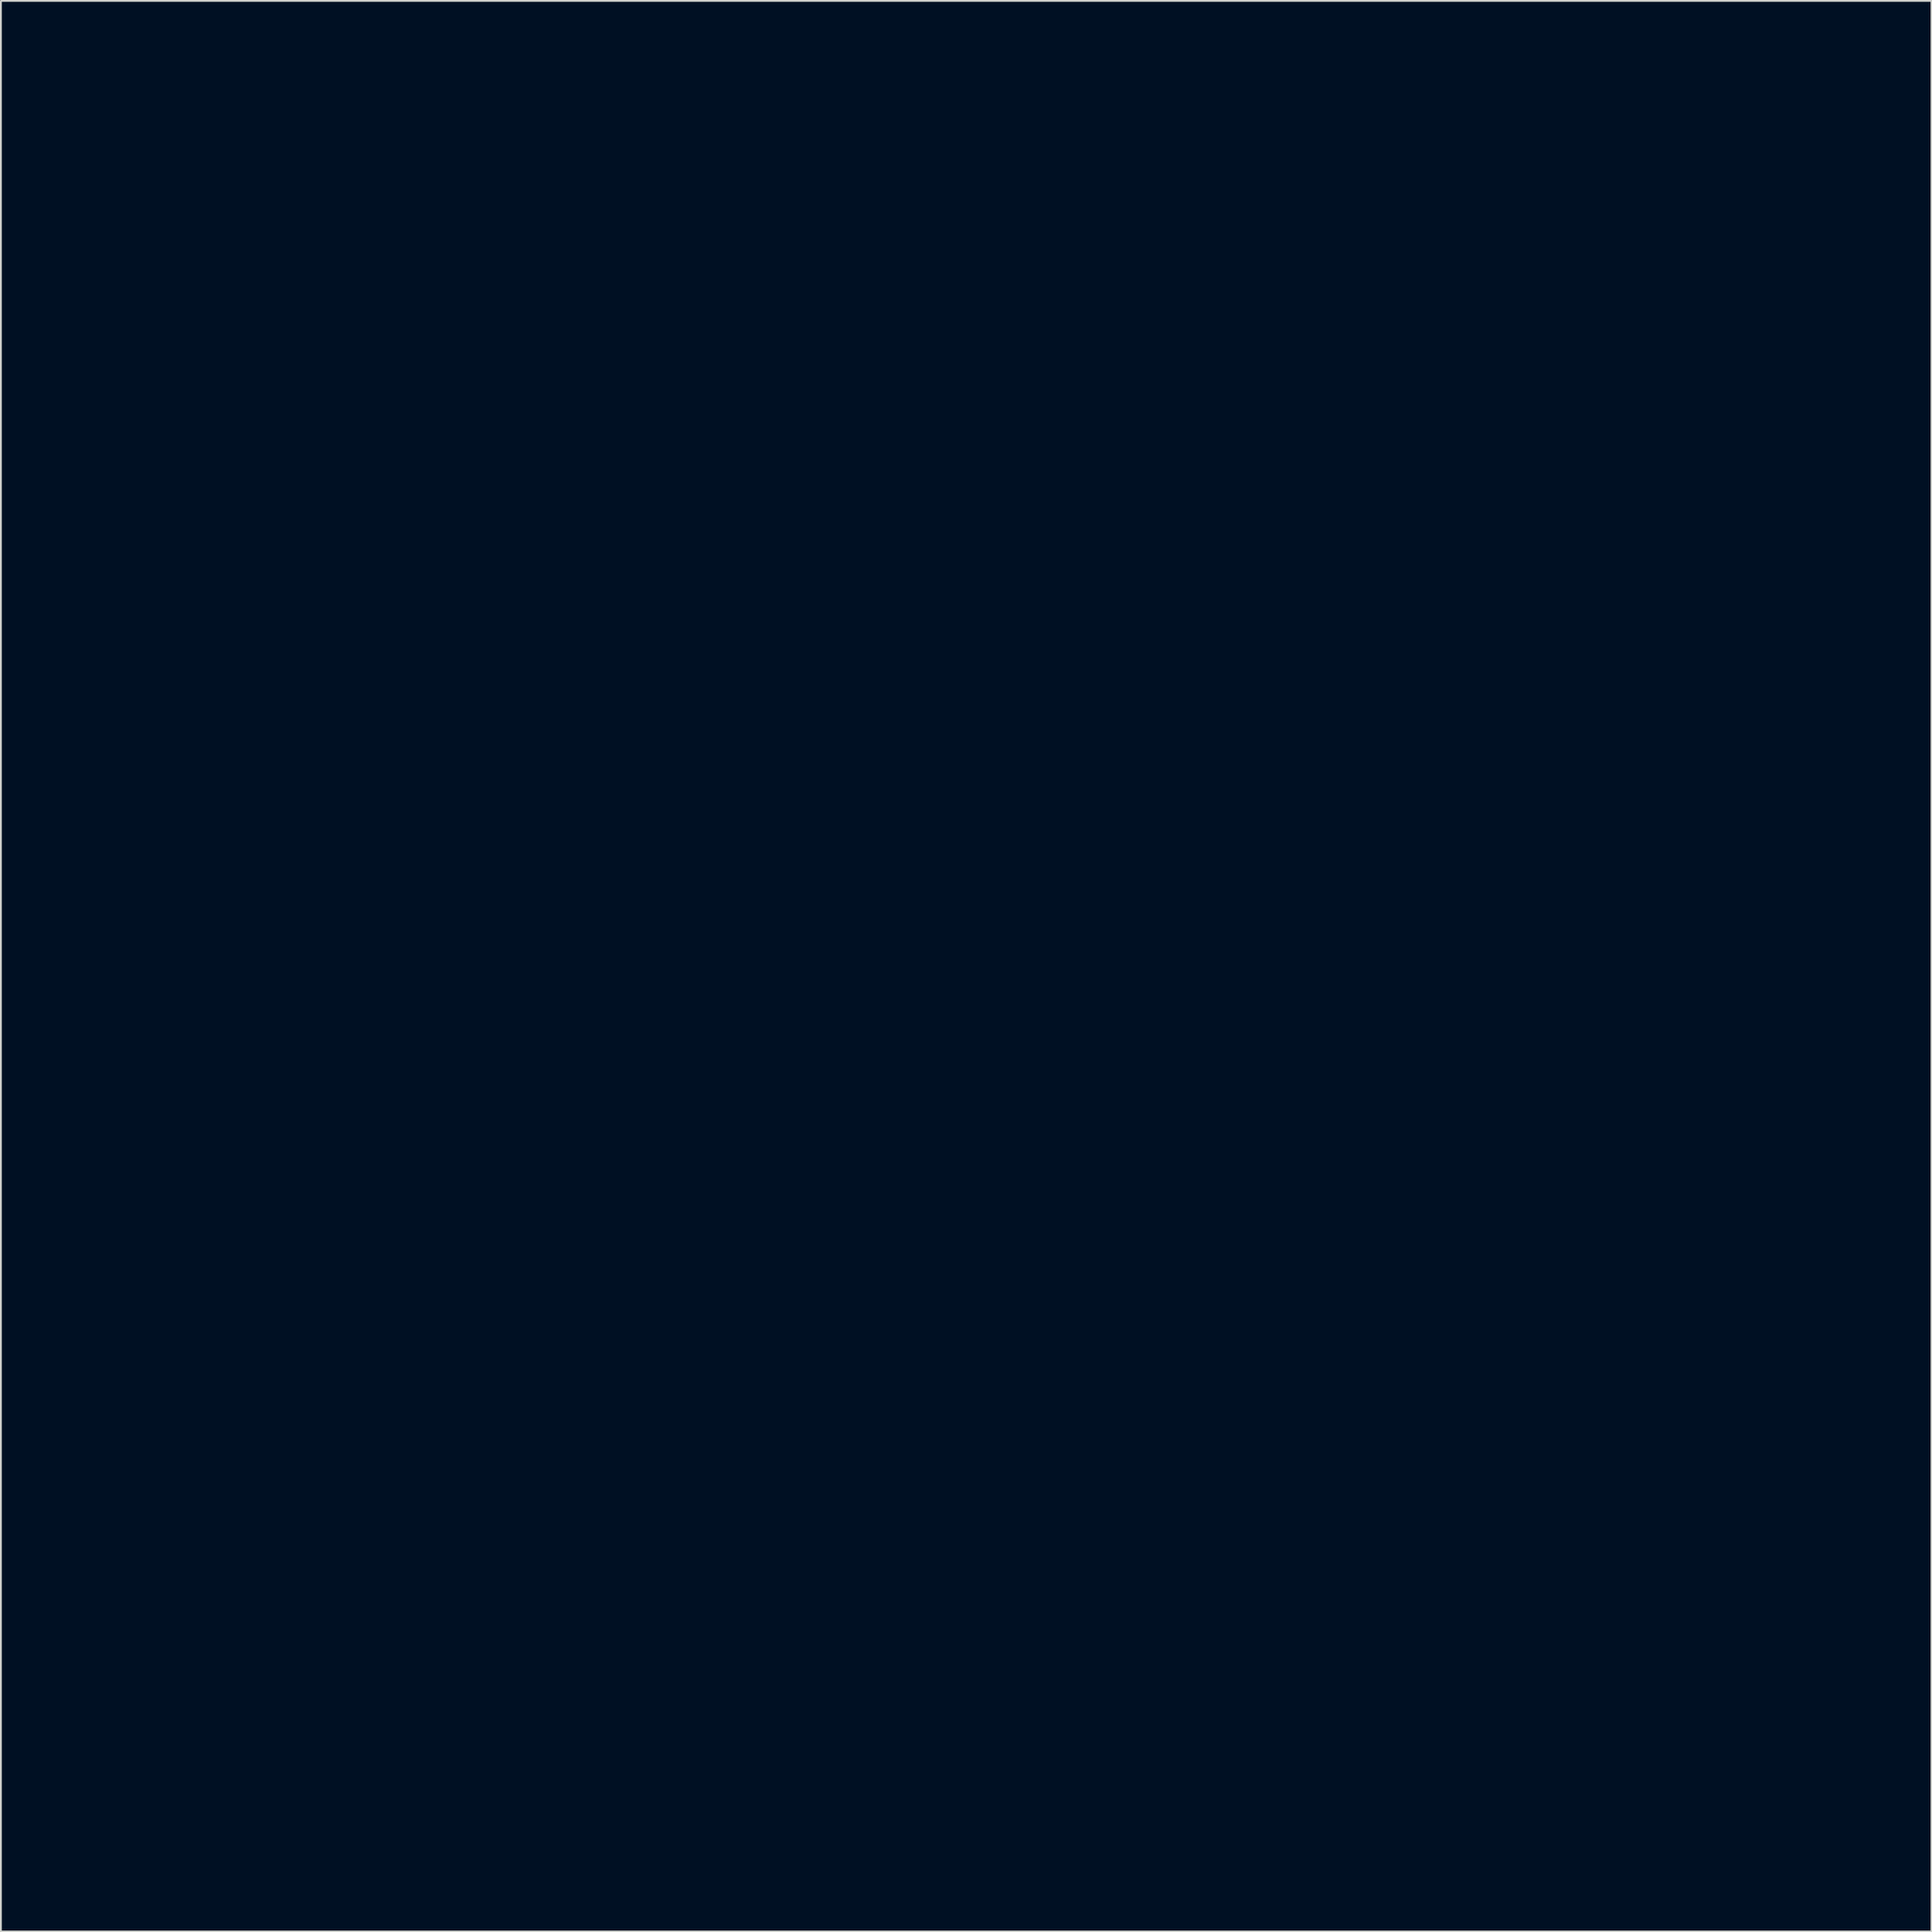
<source format=kicad_pcb>
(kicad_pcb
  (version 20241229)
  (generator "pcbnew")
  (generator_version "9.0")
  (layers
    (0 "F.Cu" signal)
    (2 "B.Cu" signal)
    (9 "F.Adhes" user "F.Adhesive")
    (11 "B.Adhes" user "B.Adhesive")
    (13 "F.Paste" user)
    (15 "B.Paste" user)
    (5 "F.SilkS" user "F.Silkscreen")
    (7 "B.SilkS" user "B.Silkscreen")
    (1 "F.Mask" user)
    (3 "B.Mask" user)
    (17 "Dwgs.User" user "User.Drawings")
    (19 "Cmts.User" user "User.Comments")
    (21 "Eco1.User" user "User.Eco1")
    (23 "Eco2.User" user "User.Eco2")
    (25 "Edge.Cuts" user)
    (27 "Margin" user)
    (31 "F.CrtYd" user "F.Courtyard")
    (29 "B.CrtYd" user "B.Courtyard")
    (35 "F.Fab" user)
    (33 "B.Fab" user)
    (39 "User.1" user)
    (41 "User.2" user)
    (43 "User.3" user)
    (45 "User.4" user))
  (footprint "mx2u_mask_f_fix_edit"
    (layer "F.Cu")
    (at 50.022 50.022)
    (property "Reference" "mx2u_mask_f_fix_edit" (at 0 0 0) (layer "F.Mask") (effects (font (size 1.524 1.524) (thickness 0.3))))
    (attr through_hole)
    (fp_poly (pts (xy -48.02 -48.02) (xy -50.017 -48.02) (xy -50.017 -50.017) (xy -48.02 -50.017) (xy -48.02 -48.02)) (stroke (width 0.01) (type solid)) (fill yes) (layer "F.Mask"))
    (fp_poly (pts (xy -48.02 50.017) (xy -50.017 50.017) (xy -50.017 48.02) (xy -48.02 48.02) (xy -48.02 50.017)) (stroke (width 0.01) (type solid)) (fill yes) (layer "F.Mask"))
    (fp_poly (pts (xy 50.017 -48.02) (xy 48.02 -48.02) (xy 48.02 -50.017) (xy 50.017 -50.017) (xy 50.017 -48.02)) (stroke (width 0.01) (type solid)) (fill yes) (layer "F.Mask"))
    (fp_poly (pts (xy 50.017 50.017) (xy 48.02 50.017) (xy 48.02 48.02) (xy 50.017 48.02) (xy 50.017 50.017)) (stroke (width 0.01) (type solid)) (fill yes) (layer "F.Mask"))
    (fp_poly (pts (xy -14.906 1.606) (xy -14.839 1.617) (xy -14.738 1.635) (xy -14.611 1.659) (xy -14.465 1.686) (xy -14.308 1.715) (xy -14.149 1.745) (xy -13.994 1.775) (xy -13.852 1.802) (xy -13.73 1.826) (xy -13.636 1.845) (xy -13.578 1.858) (xy -13.576 1.858) (xy -13.538 1.879) (xy -13.549 1.91) (xy -13.608 1.951) (xy -13.705 1.998) (xy -13.833 2.037) (xy -13.985 2.061) (xy -14.142 2.068) (xy -14.288 2.057) (xy -14.404 2.028) (xy -14.406 2.027) (xy -14.61 1.922) (xy -14.781 1.784) (xy -14.832 1.73) (xy -14.885 1.667) (xy -14.921 1.621) (xy -14.931 1.603) (xy -14.906 1.606)) (stroke (width 0.01) (type solid)) (fill yes) (layer "F.Mask"))
    (fp_poly (pts (xy 38.697 23.912) (xy 39.024 23.913) (xy 39.323 23.914) (xy 39.453 23.915) (xy 40.466 23.921) (xy 40.336 24.111) (xy 40.121 24.384) (xy 39.878 24.614) (xy 39.607 24.803) (xy 39.306 24.951) (xy 39.01 25.049) (xy 38.885 25.072) (xy 38.724 25.088) (xy 38.542 25.096) (xy 38.352 25.096) (xy 38.168 25.089) (xy 38.005 25.074) (xy 37.875 25.051) (xy 37.86 25.047) (xy 37.532 24.933) (xy 37.234 24.778) (xy 36.966 24.582) (xy 36.726 24.344) (xy 36.547 24.111) (xy 36.417 23.921) (xy 37.429 23.915) (xy 37.709 23.913) (xy 38.024 23.913) (xy 38.359 23.912) (xy 38.697 23.912)) (stroke (width 0.01) (type solid)) (fill yes) (layer "F.Mask"))
    (fp_poly (pts (xy 21.28 17.93) (xy 21.199 18.004) (xy 21.094 18.082) (xy 20.99 18.148) (xy 20.902 18.196) (xy 20.835 18.225) (xy 20.77 18.24) (xy 20.689 18.245) (xy 20.585 18.245) (xy 20.475 18.242) (xy 20.378 18.236) (xy 20.31 18.227) (xy 20.295 18.224) (xy 20.197 18.186) (xy 20.09 18.13) (xy 20.002 18.073) (xy 20 18.072) (xy 19.988 18.062) (xy 19.98 18.054) (xy 19.981 18.046) (xy 19.995 18.037) (xy 20.024 18.028) (xy 20.072 18.016) (xy 20.144 18.003) (xy 20.244 17.986) (xy 20.374 17.965) (xy 20.539 17.94) (xy 20.742 17.909) (xy 20.988 17.872) (xy 21.279 17.829) (xy 21.306 17.825) (xy 21.394 17.811) (xy 21.28 17.93)) (stroke (width 0.01) (type solid)) (fill yes) (layer "F.Mask"))
    (fp_poly (pts (xy -15.282 6.703) (xy -15.204 6.717) (xy -15.091 6.738) (xy -14.949 6.766) (xy -14.784 6.799) (xy -14.604 6.835) (xy -14.415 6.874) (xy -14.224 6.914) (xy -14.036 6.953) (xy -13.859 6.99) (xy -13.699 7.024) (xy -13.563 7.054) (xy -13.457 7.078) (xy -13.387 7.095) (xy -13.361 7.103) (xy -13.367 7.129) (xy -13.398 7.189) (xy -13.448 7.275) (xy -13.514 7.38) (xy -13.551 7.435) (xy -13.761 7.748) (xy -14.76 7.544) (xy -14.977 7.499) (xy -15.177 7.457) (xy -15.356 7.418) (xy -15.508 7.384) (xy -15.628 7.356) (xy -15.711 7.335) (xy -15.751 7.322) (xy -15.754 7.32) (xy -15.737 7.283) (xy -15.697 7.217) (xy -15.641 7.13) (xy -15.575 7.033) (xy -15.506 6.934) (xy -15.439 6.842) (xy -15.381 6.766) (xy -15.339 6.715) (xy -15.319 6.698) (xy -15.282 6.703)) (stroke (width 0.01) (type solid)) (fill yes) (layer "F.Mask"))
    (fp_poly (pts (xy 23.023 23.975) (xy 23.021 24.002) (xy 23.009 24.067) (xy 22.99 24.16) (xy 22.965 24.269) (xy 22.937 24.384) (xy 22.909 24.494) (xy 22.884 24.588) (xy 22.864 24.656) (xy 22.852 24.684) (xy 22.824 24.695) (xy 22.751 24.713) (xy 22.641 24.735) (xy 22.5 24.761) (xy 22.334 24.79) (xy 22.149 24.82) (xy 22.089 24.829) (xy 21.899 24.859) (xy 21.724 24.886) (xy 21.571 24.911) (xy 21.445 24.931) (xy 21.354 24.946) (xy 21.305 24.954) (xy 21.299 24.956) (xy 21.25 24.942) (xy 21.192 24.885) (xy 21.19 24.881) (xy 21.108 24.743) (xy 21.052 24.582) (xy 21.028 24.423) (xy 21.028 24.407) (xy 21.028 24.273) (xy 22.019 24.118) (xy 22.237 24.084) (xy 22.438 24.054) (xy 22.619 24.027) (xy 22.772 24.005) (xy 22.894 23.988) (xy 22.978 23.978) (xy 23.019 23.974) (xy 23.023 23.975)) (stroke (width 0.01) (type solid)) (fill yes) (layer "F.Mask"))
    (fp_poly (pts (xy -12.852 4.628) (xy -12.633 4.671) (xy -12.431 4.711) (xy -12.25 4.747) (xy -12.095 4.779) (xy -11.972 4.804) (xy -11.886 4.822) (xy -11.843 4.832) (xy -11.838 4.834) (xy -11.848 4.857) (xy -11.881 4.913) (xy -11.931 4.992) (xy -11.993 5.087) (xy -12.061 5.187) (xy -12.128 5.285) (xy -12.189 5.372) (xy -12.238 5.439) (xy -12.27 5.476) (xy -12.277 5.482) (xy -12.305 5.476) (xy -12.377 5.462) (xy -12.488 5.44) (xy -12.633 5.412) (xy -12.805 5.378) (xy -13 5.339) (xy -13.211 5.297) (xy -13.275 5.284) (xy -13.49 5.241) (xy -13.689 5.201) (xy -13.867 5.164) (xy -14.019 5.133) (xy -14.138 5.107) (xy -14.221 5.089) (xy -14.26 5.079) (xy -14.263 5.078) (xy -14.253 5.055) (xy -14.22 4.996) (xy -14.168 4.911) (xy -14.101 4.806) (xy -14.064 4.749) (xy -13.856 4.43) (xy -12.852 4.628)) (stroke (width 0.01) (type solid)) (fill yes) (layer "F.Mask"))
    (fp_poly (pts (xy -12.152 2.134) (xy -12.088 2.146) (xy -11.983 2.166) (xy -11.842 2.194) (xy -11.673 2.226) (xy -11.484 2.263) (xy -11.281 2.302) (xy -11.154 2.326) (xy -10.316 2.488) (xy -10.392 2.637) (xy -10.445 2.736) (xy -10.513 2.851) (xy -10.581 2.958) (xy -10.583 2.961) (xy -10.642 3.047) (xy -10.685 3.099) (xy -10.722 3.124) (xy -10.761 3.131) (xy -10.777 3.131) (xy -10.819 3.126) (xy -10.904 3.111) (xy -11.028 3.089) (xy -11.182 3.061) (xy -11.362 3.027) (xy -11.561 2.989) (xy -11.774 2.947) (xy -11.784 2.945) (xy -11.994 2.903) (xy -12.188 2.865) (xy -12.36 2.83) (xy -12.506 2.8) (xy -12.619 2.776) (xy -12.693 2.759) (xy -12.725 2.751) (xy -12.725 2.751) (xy -12.716 2.727) (xy -12.683 2.669) (xy -12.63 2.584) (xy -12.563 2.48) (xy -12.524 2.421) (xy -12.311 2.103) (xy -12.152 2.134)) (stroke (width 0.01) (type solid)) (fill yes) (layer "F.Mask"))
    (fp_poly (pts (xy 23.138 14.933) (xy 23.401 15.063) (xy 23.629 15.214) (xy 23.656 15.235) (xy 23.719 15.285) (xy 23.764 15.32) (xy 23.778 15.331) (xy 23.777 15.356) (xy 23.751 15.399) (xy 23.714 15.442) (xy 23.683 15.467) (xy 23.653 15.473) (xy 23.578 15.487) (xy 23.463 15.507) (xy 23.312 15.532) (xy 23.131 15.561) (xy 22.924 15.595) (xy 22.696 15.632) (xy 22.451 15.671) (xy 22.195 15.711) (xy 21.933 15.753) (xy 21.668 15.794) (xy 21.407 15.835) (xy 21.153 15.875) (xy 20.912 15.912) (xy 20.689 15.946) (xy 20.488 15.977) (xy 20.314 16.003) (xy 20.171 16.024) (xy 20.066 16.039) (xy 20.002 16.047) (xy 19.986 16.049) (xy 19.98 16.03) (xy 19.994 15.992) (xy 20.104 15.814) (xy 20.244 15.632) (xy 20.399 15.463) (xy 20.535 15.341) (xy 20.686 15.221) (xy 21.836 15.045) (xy 22.986 14.868) (xy 23.138 14.933)) (stroke (width 0.01) (type solid)) (fill yes) (layer "F.Mask"))
    (fp_poly (pts (xy -16.027 7.846) (xy -15.988 7.854) (xy -15.905 7.87) (xy -15.784 7.893) (xy -15.631 7.923) (xy -15.452 7.956) (xy -15.254 7.994) (xy -15.041 8.034) (xy -15.028 8.037) (xy -14.818 8.077) (xy -14.623 8.114) (xy -14.451 8.148) (xy -14.305 8.177) (xy -14.191 8.2) (xy -14.116 8.216) (xy -14.085 8.224) (xy -14.084 8.224) (xy -14.092 8.249) (xy -14.124 8.306) (xy -14.175 8.386) (xy -14.238 8.48) (xy -14.307 8.579) (xy -14.377 8.675) (xy -14.44 8.76) (xy -14.492 8.824) (xy -14.525 8.858) (xy -14.532 8.862) (xy -14.566 8.858) (xy -14.643 8.846) (xy -14.756 8.826) (xy -14.9 8.8) (xy -15.067 8.769) (xy -15.251 8.735) (xy -15.316 8.722) (xy -16.061 8.579) (xy -16.105 8.453) (xy -16.144 8.259) (xy -16.138 8.048) (xy -16.122 7.961) (xy -16.104 7.886) (xy -16.086 7.85) (xy -16.059 7.841) (xy -16.027 7.846)) (stroke (width 0.01) (type solid)) (fill yes) (layer "F.Mask"))
    (fp_poly (pts (xy -0.164 4.057) (xy 0.152 4.117) (xy 0.457 4.225) (xy 0.699 4.351) (xy 0.848 4.452) (xy 1 4.574) (xy 1.142 4.706) (xy 1.26 4.835) (xy 1.308 4.898) (xy 1.415 5.052) (xy 1.207 5.115) (xy 0.939 5.196) (xy 0.715 5.263) (xy 0.529 5.318) (xy 0.378 5.363) (xy 0.255 5.397) (xy 0.156 5.424) (xy 0.077 5.443) (xy 0.011 5.456) (xy -0.045 5.465) (xy -0.096 5.471) (xy -0.147 5.474) (xy -0.19 5.476) (xy -0.305 5.479) (xy -0.386 5.475) (xy -0.447 5.463) (xy -0.502 5.439) (xy -0.518 5.431) (xy -0.687 5.317) (xy -0.842 5.163) (xy -0.987 4.966) (xy -1.11 4.753) (xy -1.163 4.645) (xy -1.214 4.53) (xy -1.26 4.419) (xy -1.294 4.325) (xy -1.312 4.26) (xy -1.314 4.244) (xy -1.292 4.227) (xy -1.234 4.201) (xy -1.156 4.172) (xy -0.82 4.085) (xy -0.489 4.046) (xy -0.164 4.057)) (stroke (width 0.01) (type solid)) (fill yes) (layer "F.Mask"))
    (fp_poly (pts (xy 23.341 22.679) (xy 23.327 22.742) (xy 23.307 22.833) (xy 23.281 22.942) (xy 23.253 23.059) (xy 23.226 23.172) (xy 23.201 23.272) (xy 23.181 23.348) (xy 23.17 23.39) (xy 23.168 23.395) (xy 23.142 23.4) (xy 23.072 23.412) (xy 22.963 23.43) (xy 22.82 23.453) (xy 22.65 23.479) (xy 22.458 23.509) (xy 22.249 23.541) (xy 22.239 23.542) (xy 22.026 23.575) (xy 21.826 23.605) (xy 21.645 23.633) (xy 21.489 23.657) (xy 21.365 23.677) (xy 21.278 23.69) (xy 21.236 23.697) (xy 21.181 23.702) (xy 21.155 23.693) (xy 21.154 23.691) (xy 21.16 23.659) (xy 21.175 23.588) (xy 21.198 23.487) (xy 21.227 23.365) (xy 21.239 23.315) (xy 21.323 22.961) (xy 22.332 22.806) (xy 22.551 22.772) (xy 22.754 22.741) (xy 22.935 22.714) (xy 23.09 22.691) (xy 23.213 22.673) (xy 23.298 22.66) (xy 23.341 22.655) (xy 23.345 22.655) (xy 23.341 22.679)) (stroke (width 0.01) (type solid)) (fill yes) (layer "F.Mask"))
    (fp_poly (pts (xy 23.951 20.029) (xy 23.956 20.05) (xy 23.952 20.097) (xy 23.938 20.175) (xy 23.912 20.291) (xy 23.889 20.389) (xy 23.858 20.519) (xy 23.832 20.63) (xy 23.811 20.713) (xy 23.799 20.761) (xy 23.797 20.768) (xy 23.771 20.773) (xy 23.702 20.785) (xy 23.593 20.802) (xy 23.452 20.824) (xy 23.282 20.851) (xy 23.09 20.88) (xy 22.882 20.912) (xy 22.871 20.914) (xy 22.658 20.946) (xy 22.458 20.977) (xy 22.277 21.005) (xy 22.121 21.029) (xy 21.997 21.048) (xy 21.91 21.062) (xy 21.868 21.069) (xy 21.812 21.073) (xy 21.786 21.064) (xy 21.785 21.062) (xy 21.79 21.031) (xy 21.805 20.96) (xy 21.827 20.858) (xy 21.854 20.736) (xy 21.865 20.686) (xy 21.946 20.331) (xy 22.921 20.185) (xy 23.138 20.152) (xy 23.341 20.121) (xy 23.523 20.093) (xy 23.679 20.069) (xy 23.803 20.049) (xy 23.89 20.035) (xy 23.933 20.028) (xy 23.937 20.027) (xy 23.951 20.029)) (stroke (width 0.01) (type solid)) (fill yes) (layer "F.Mask"))
    (fp_poly (pts (xy 24.58 17.45) (xy 24.568 17.52) (xy 24.549 17.615) (xy 24.525 17.723) (xy 24.499 17.833) (xy 24.473 17.933) (xy 24.452 18.011) (xy 24.436 18.055) (xy 24.433 18.06) (xy 24.408 18.066) (xy 24.339 18.078) (xy 24.232 18.095) (xy 24.096 18.117) (xy 23.935 18.143) (xy 23.757 18.171) (xy 23.568 18.201) (xy 23.374 18.231) (xy 23.182 18.261) (xy 22.999 18.29) (xy 22.83 18.316) (xy 22.683 18.338) (xy 22.563 18.356) (xy 22.478 18.368) (xy 22.434 18.374) (xy 22.429 18.374) (xy 22.418 18.364) (xy 22.423 18.334) (xy 22.439 18.267) (xy 22.461 18.173) (xy 22.488 18.062) (xy 22.517 17.946) (xy 22.545 17.834) (xy 22.569 17.737) (xy 22.588 17.666) (xy 22.598 17.631) (xy 22.599 17.63) (xy 22.625 17.625) (xy 22.696 17.613) (xy 22.805 17.595) (xy 22.949 17.573) (xy 23.121 17.546) (xy 23.317 17.516) (xy 23.53 17.483) (xy 23.602 17.473) (xy 24.596 17.322) (xy 24.58 17.45)) (stroke (width 0.01) (type solid)) (fill yes) (layer "F.Mask"))
    (fp_poly (pts (xy -14.599 5.599) (xy -14.532 5.611) (xy -14.428 5.631) (xy -14.294 5.657) (xy -14.136 5.687) (xy -13.96 5.721) (xy -13.774 5.757) (xy -13.584 5.795) (xy -13.395 5.832) (xy -13.215 5.867) (xy -13.05 5.9) (xy -12.907 5.928) (xy -12.791 5.951) (xy -12.72 5.966) (xy -12.588 5.993) (xy -12.806 6.32) (xy -12.882 6.432) (xy -12.948 6.527) (xy -12.999 6.598) (xy -13.031 6.638) (xy -13.039 6.644) (xy -13.066 6.639) (xy -13.138 6.625) (xy -13.248 6.603) (xy -13.392 6.574) (xy -13.563 6.54) (xy -13.758 6.502) (xy -13.969 6.46) (xy -14.033 6.447) (xy -14.248 6.404) (xy -14.448 6.363) (xy -14.627 6.326) (xy -14.779 6.294) (xy -14.9 6.268) (xy -14.983 6.249) (xy -15.024 6.238) (xy -15.027 6.237) (xy -15.017 6.213) (xy -14.986 6.157) (xy -14.937 6.076) (xy -14.878 5.979) (xy -14.812 5.876) (xy -14.747 5.775) (xy -14.687 5.684) (xy -14.638 5.614) (xy -14.623 5.595) (xy -14.599 5.599)) (stroke (width 0.01) (type solid)) (fill yes) (layer "F.Mask"))
    (fp_poly (pts (xy 40.7 22.512) (xy 40.707 22.586) (xy 40.712 22.686) (xy 40.715 22.8) (xy 40.715 22.914) (xy 40.712 23.014) (xy 40.706 23.085) (xy 40.7 23.111) (xy 40.694 23.118) (xy 40.679 23.124) (xy 40.652 23.129) (xy 40.61 23.134) (xy 40.549 23.138) (xy 40.468 23.141) (xy 40.362 23.143) (xy 40.229 23.146) (xy 40.066 23.147) (xy 39.87 23.149) (xy 39.637 23.149) (xy 39.364 23.15) (xy 39.049 23.15) (xy 38.688 23.151) (xy 38.441 23.151) (xy 38.051 23.151) (xy 37.708 23.15) (xy 37.409 23.15) (xy 37.152 23.149) (xy 36.934 23.148) (xy 36.75 23.147) (xy 36.599 23.145) (xy 36.477 23.142) (xy 36.381 23.14) (xy 36.308 23.136) (xy 36.255 23.132) (xy 36.219 23.127) (xy 36.196 23.121) (xy 36.185 23.115) (xy 36.182 23.111) (xy 36.174 23.064) (xy 36.169 22.981) (xy 36.167 22.875) (xy 36.168 22.76) (xy 36.171 22.649) (xy 36.177 22.556) (xy 36.183 22.512) (xy 36.198 22.418) (xy 40.684 22.418) (xy 40.7 22.512)) (stroke (width 0.01) (type solid)) (fill yes) (layer "F.Mask"))
    (fp_poly (pts (xy 24.28 18.661) (xy 24.28 18.69) (xy 24.269 18.758) (xy 24.25 18.858) (xy 24.223 18.979) (xy 24.211 19.031) (xy 24.177 19.173) (xy 24.149 19.273) (xy 24.127 19.338) (xy 24.107 19.376) (xy 24.086 19.394) (xy 24.075 19.398) (xy 24.038 19.405) (xy 23.958 19.418) (xy 23.84 19.437) (xy 23.69 19.461) (xy 23.514 19.489) (xy 23.318 19.519) (xy 23.125 19.549) (xy 22.916 19.582) (xy 22.72 19.613) (xy 22.544 19.641) (xy 22.394 19.664) (xy 22.276 19.683) (xy 22.196 19.697) (xy 22.162 19.703) (xy 22.095 19.716) (xy 22.184 19.342) (xy 22.215 19.212) (xy 22.241 19.101) (xy 22.261 19.018) (xy 22.273 18.971) (xy 22.276 18.964) (xy 22.302 18.957) (xy 22.372 18.944) (xy 22.478 18.927) (xy 22.615 18.904) (xy 22.776 18.879) (xy 22.955 18.851) (xy 23.144 18.822) (xy 23.338 18.793) (xy 23.53 18.764) (xy 23.714 18.737) (xy 23.882 18.712) (xy 24.029 18.691) (xy 24.148 18.675) (xy 24.232 18.665) (xy 24.276 18.66) (xy 24.28 18.661)) (stroke (width 0.01) (type solid)) (fill yes) (layer "F.Mask"))
    (fp_poly (pts (xy -13.057 3.272) (xy -12.989 3.285) (xy -12.884 3.304) (xy -12.749 3.33) (xy -12.589 3.361) (xy -12.413 3.396) (xy -12.225 3.433) (xy -12.032 3.472) (xy -11.841 3.511) (xy -11.658 3.548) (xy -11.49 3.582) (xy -11.342 3.613) (xy -11.221 3.638) (xy -11.134 3.657) (xy -11.087 3.669) (xy -11.081 3.671) (xy -11.089 3.696) (xy -11.119 3.753) (xy -11.167 3.834) (xy -11.226 3.93) (xy -11.291 4.032) (xy -11.355 4.13) (xy -11.414 4.216) (xy -11.461 4.281) (xy -11.49 4.316) (xy -11.496 4.319) (xy -11.523 4.314) (xy -11.595 4.3) (xy -11.706 4.278) (xy -11.85 4.249) (xy -12.021 4.215) (xy -12.216 4.176) (xy -12.428 4.134) (xy -12.491 4.122) (xy -12.707 4.078) (xy -12.907 4.038) (xy -13.085 4.001) (xy -13.238 3.969) (xy -13.358 3.943) (xy -13.441 3.924) (xy -13.482 3.913) (xy -13.485 3.912) (xy -13.476 3.888) (xy -13.444 3.831) (xy -13.396 3.75) (xy -13.336 3.653) (xy -13.27 3.549) (xy -13.204 3.447) (xy -13.143 3.356) (xy -13.092 3.284) (xy -13.082 3.269) (xy -13.057 3.272)) (stroke (width 0.01) (type solid)) (fill yes) (layer "F.Mask"))
    (fp_poly (pts (xy 23.643 21.36) (xy 23.642 21.388) (xy 23.631 21.456) (xy 23.611 21.555) (xy 23.584 21.675) (xy 23.572 21.725) (xy 23.538 21.865) (xy 23.511 21.963) (xy 23.489 22.027) (xy 23.469 22.066) (xy 23.447 22.087) (xy 23.427 22.096) (xy 23.388 22.104) (xy 23.306 22.119) (xy 23.185 22.14) (xy 23.033 22.165) (xy 22.856 22.193) (xy 22.659 22.224) (xy 22.468 22.254) (xy 22.259 22.287) (xy 22.064 22.317) (xy 21.889 22.344) (xy 21.741 22.368) (xy 21.625 22.387) (xy 21.547 22.4) (xy 21.514 22.406) (xy 21.47 22.412) (xy 21.457 22.408) (xy 21.463 22.376) (xy 21.479 22.307) (xy 21.501 22.212) (xy 21.528 22.1) (xy 21.557 21.983) (xy 21.585 21.871) (xy 21.61 21.775) (xy 21.629 21.705) (xy 21.639 21.672) (xy 21.64 21.671) (xy 21.667 21.663) (xy 21.738 21.65) (xy 21.846 21.631) (xy 21.984 21.608) (xy 22.146 21.581) (xy 22.324 21.553) (xy 22.514 21.523) (xy 22.708 21.493) (xy 22.9 21.463) (xy 23.083 21.436) (xy 23.25 21.411) (xy 23.396 21.39) (xy 23.514 21.373) (xy 23.597 21.363) (xy 23.639 21.359) (xy 23.643 21.36)) (stroke (width 0.01) (type solid)) (fill yes) (layer "F.Mask"))
    (fp_poly (pts (xy -6.661 9.787) (xy -6.619 9.793) (xy -6.294 9.868) (xy -5.995 9.986) (xy -5.721 10.148) (xy -5.598 10.241) (xy -5.346 10.476) (xy -5.137 10.737) (xy -4.971 11.024) (xy -4.847 11.34) (xy -4.787 11.563) (xy -4.759 11.741) (xy -4.744 11.945) (xy -4.742 12.159) (xy -4.754 12.367) (xy -4.778 12.553) (xy -4.799 12.648) (xy -4.905 12.949) (xy -5.055 13.234) (xy -5.243 13.496) (xy -5.463 13.726) (xy -5.555 13.804) (xy -5.658 13.882) (xy -5.759 13.952) (xy -5.849 14.007) (xy -5.917 14.043) (xy -5.949 14.052) (xy -5.96 14.03) (xy -5.976 13.972) (xy -5.988 13.919) (xy -5.996 13.874) (xy -6.013 13.782) (xy -6.037 13.65) (xy -6.067 13.479) (xy -6.103 13.276) (xy -6.145 13.043) (xy -6.191 12.785) (xy -6.24 12.506) (xy -6.292 12.21) (xy -6.347 11.902) (xy -6.357 11.841) (xy -6.412 11.533) (xy -6.464 11.238) (xy -6.513 10.961) (xy -6.558 10.705) (xy -6.599 10.474) (xy -6.635 10.273) (xy -6.665 10.105) (xy -6.689 9.974) (xy -6.706 9.884) (xy -6.714 9.839) (xy -6.715 9.835) (xy -6.721 9.799) (xy -6.707 9.784) (xy -6.661 9.787)) (stroke (width 0.01) (type solid)) (fill yes) (layer "F.Mask"))
    (fp_poly (pts (xy 38.583 20.576) (xy 38.728 20.585) (xy 38.857 20.598) (xy 38.927 20.609) (xy 39.199 20.681) (xy 39.466 20.791) (xy 39.715 20.931) (xy 39.935 21.095) (xy 40.03 21.184) (xy 40.099 21.259) (xy 40.174 21.346) (xy 40.247 21.437) (xy 40.312 21.521) (xy 40.361 21.59) (xy 40.385 21.634) (xy 40.387 21.641) (xy 40.362 21.644) (xy 40.291 21.646) (xy 40.177 21.649) (xy 40.024 21.652) (xy 39.836 21.654) (xy 39.616 21.656) (xy 39.369 21.657) (xy 39.099 21.658) (xy 38.809 21.659) (xy 38.503 21.659) (xy 38.441 21.66) (xy 38.133 21.659) (xy 37.839 21.659) (xy 37.564 21.657) (xy 37.312 21.656) (xy 37.087 21.654) (xy 36.893 21.652) (xy 36.732 21.65) (xy 36.61 21.647) (xy 36.53 21.644) (xy 36.496 21.641) (xy 36.495 21.641) (xy 36.511 21.607) (xy 36.553 21.545) (xy 36.614 21.465) (xy 36.685 21.375) (xy 36.761 21.285) (xy 36.832 21.206) (xy 36.853 21.184) (xy 37.053 21.01) (xy 37.289 20.857) (xy 37.549 20.731) (xy 37.82 20.64) (xy 37.955 20.609) (xy 38.06 20.594) (xy 38.196 20.582) (xy 38.342 20.574) (xy 38.441 20.573) (xy 38.583 20.576)) (stroke (width 0.01) (type solid)) (fill yes) (layer "F.Mask"))
    (fp_poly (pts (xy -20.088 -9.333) (xy -19.784 -9.279) (xy -19.502 -9.185) (xy -19.236 -9.05) (xy -19.155 -8.999) (xy -18.912 -8.811) (xy -18.693 -8.584) (xy -18.503 -8.326) (xy -18.348 -8.045) (xy -18.234 -7.75) (xy -18.222 -7.708) (xy -18.182 -7.52) (xy -18.158 -7.301) (xy -18.151 -7.07) (xy -18.161 -6.845) (xy -18.182 -6.677) (xy -18.263 -6.351) (xy -18.389 -6.047) (xy -18.556 -5.768) (xy -18.76 -5.517) (xy -19 -5.298) (xy -19.271 -5.114) (xy -19.572 -4.968) (xy -19.852 -4.875) (xy -19.978 -4.852) (xy -20.138 -4.836) (xy -20.32 -4.828) (xy -20.51 -4.828) (xy -20.694 -4.835) (xy -20.858 -4.85) (xy -20.987 -4.873) (xy -21.002 -4.877) (xy -21.325 -4.99) (xy -21.621 -5.144) (xy -21.887 -5.335) (xy -22.121 -5.56) (xy -22.319 -5.816) (xy -22.479 -6.1) (xy -22.597 -6.408) (xy -22.66 -6.677) (xy -22.685 -6.884) (xy -22.691 -7.111) (xy -22.681 -7.341) (xy -22.654 -7.556) (xy -22.62 -7.708) (xy -22.513 -8.005) (xy -22.363 -8.288) (xy -22.178 -8.55) (xy -21.962 -8.782) (xy -21.723 -8.975) (xy -21.688 -8.999) (xy -21.425 -9.147) (xy -21.15 -9.253) (xy -20.854 -9.32) (xy -20.53 -9.349) (xy -20.421 -9.351) (xy -20.088 -9.333)) (stroke (width 0.01) (type solid)) (fill yes) (layer "F.Mask"))
    (fp_poly (pts (xy -9.675 -7.236) (xy -9.371 -7.181) (xy -9.089 -7.087) (xy -8.824 -6.953) (xy -8.742 -6.901) (xy -8.499 -6.713) (xy -8.28 -6.486) (xy -8.09 -6.228) (xy -7.935 -5.948) (xy -7.821 -5.653) (xy -7.809 -5.611) (xy -7.77 -5.422) (xy -7.746 -5.203) (xy -7.738 -4.972) (xy -7.748 -4.747) (xy -7.769 -4.579) (xy -7.851 -4.253) (xy -7.976 -3.949) (xy -8.143 -3.67) (xy -8.347 -3.42) (xy -8.587 -3.201) (xy -8.858 -3.017) (xy -9.159 -2.87) (xy -9.44 -2.777) (xy -9.565 -2.754) (xy -9.725 -2.738) (xy -9.908 -2.73) (xy -10.098 -2.73) (xy -10.281 -2.737) (xy -10.445 -2.752) (xy -10.574 -2.775) (xy -10.59 -2.779) (xy -10.912 -2.892) (xy -11.208 -3.046) (xy -11.474 -3.237) (xy -11.708 -3.462) (xy -11.906 -3.719) (xy -12.066 -4.002) (xy -12.184 -4.311) (xy -12.248 -4.579) (xy -12.272 -4.786) (xy -12.278 -5.013) (xy -12.268 -5.244) (xy -12.241 -5.458) (xy -12.208 -5.611) (xy -12.1 -5.907) (xy -11.951 -6.19) (xy -11.765 -6.452) (xy -11.55 -6.684) (xy -11.31 -6.878) (xy -11.275 -6.901) (xy -11.013 -7.049) (xy -10.737 -7.156) (xy -10.441 -7.222) (xy -10.117 -7.252) (xy -10.008 -7.254) (xy -9.675 -7.236)) (stroke (width 0.01) (type solid)) (fill yes) (layer "F.Mask"))
    (fp_poly (pts (xy -5.965 -24.863) (xy -5.715 -24.843) (xy -5.495 -24.798) (xy -5.286 -24.725) (xy -5.083 -24.626) (xy -5.009 -24.584) (xy -4.942 -24.543) (xy -4.874 -24.495) (xy -4.794 -24.434) (xy -4.693 -24.352) (xy -4.586 -24.263) (xy -4.379 -24.057) (xy -4.203 -23.818) (xy -4.06 -23.55) (xy -3.952 -23.263) (xy -3.882 -22.962) (xy -3.851 -22.656) (xy -3.861 -22.35) (xy -3.915 -22.051) (xy -3.921 -22.029) (xy -4.027 -21.738) (xy -4.182 -21.45) (xy -4.3 -21.277) (xy -4.518 -21.017) (xy -4.752 -20.801) (xy -5.006 -20.629) (xy -5.282 -20.5) (xy -5.585 -20.41) (xy -5.917 -20.36) (xy -6.243 -20.347) (xy -6.408 -20.352) (xy -6.545 -20.368) (xy -6.673 -20.397) (xy -6.698 -20.405) (xy -6.971 -20.507) (xy -7.241 -20.649) (xy -7.496 -20.821) (xy -7.722 -21.016) (xy -7.889 -21.199) (xy -8.057 -21.446) (xy -8.193 -21.723) (xy -8.296 -22.018) (xy -8.361 -22.321) (xy -8.385 -22.623) (xy -8.368 -22.909) (xy -8.309 -23.177) (xy -8.208 -23.453) (xy -8.073 -23.725) (xy -7.907 -23.982) (xy -7.746 -24.181) (xy -7.527 -24.385) (xy -7.274 -24.557) (xy -6.992 -24.692) (xy -6.687 -24.79) (xy -6.363 -24.848) (xy -6.027 -24.865) (xy -5.965 -24.863)) (stroke (width 0.01) (type solid)) (fill yes) (layer "F.Mask"))
    (fp_poly (pts (xy 17.016 -23.103) (xy 17.053 -23.099) (xy 17.383 -23.031) (xy 17.691 -22.918) (xy 17.975 -22.762) (xy 18.232 -22.566) (xy 18.459 -22.33) (xy 18.655 -22.056) (xy 18.805 -21.774) (xy 18.904 -21.498) (xy 18.965 -21.199) (xy 18.987 -20.887) (xy 18.97 -20.572) (xy 18.914 -20.264) (xy 18.819 -19.973) (xy 18.811 -19.954) (xy 18.671 -19.683) (xy 18.488 -19.432) (xy 18.269 -19.205) (xy 18.02 -19.008) (xy 17.746 -18.846) (xy 17.455 -18.723) (xy 17.302 -18.678) (xy 17.163 -18.652) (xy 16.991 -18.635) (xy 16.799 -18.626) (xy 16.602 -18.626) (xy 16.412 -18.634) (xy 16.246 -18.651) (xy 16.119 -18.675) (xy 15.824 -18.781) (xy 15.546 -18.93) (xy 15.29 -19.118) (xy 15.06 -19.339) (xy 14.862 -19.589) (xy 14.701 -19.863) (xy 14.581 -20.154) (xy 14.522 -20.376) (xy 14.499 -20.532) (xy 14.486 -20.718) (xy 14.483 -20.916) (xy 14.49 -21.11) (xy 14.507 -21.281) (xy 14.52 -21.357) (xy 14.61 -21.664) (xy 14.744 -21.954) (xy 14.918 -22.221) (xy 15.128 -22.461) (xy 15.369 -22.67) (xy 15.637 -22.843) (xy 15.927 -22.975) (xy 16.122 -23.036) (xy 16.28 -23.068) (xy 16.466 -23.092) (xy 16.663 -23.107) (xy 16.852 -23.111) (xy 17.016 -23.103)) (stroke (width 0.01) (type solid)) (fill yes) (layer "F.Mask"))
    (fp_poly (pts (xy 19.971 6.513) (xy 20.275 6.568) (xy 20.557 6.662) (xy 20.822 6.796) (xy 20.904 6.848) (xy 21.147 7.035) (xy 21.366 7.263) (xy 21.556 7.521) (xy 21.711 7.801) (xy 21.825 8.096) (xy 21.837 8.138) (xy 21.876 8.327) (xy 21.9 8.546) (xy 21.908 8.777) (xy 21.898 9.002) (xy 21.877 9.169) (xy 21.795 9.495) (xy 21.67 9.8) (xy 21.503 10.079) (xy 21.299 10.329) (xy 21.059 10.548) (xy 20.788 10.732) (xy 20.487 10.878) (xy 20.206 10.971) (xy 20.081 10.995) (xy 19.921 11.011) (xy 19.738 11.019) (xy 19.548 11.019) (xy 19.365 11.011) (xy 19.201 10.996) (xy 19.072 10.974) (xy 19.056 10.97) (xy 18.734 10.857) (xy 18.438 10.703) (xy 18.172 10.512) (xy 17.938 10.286) (xy 17.74 10.03) (xy 17.58 9.746) (xy 17.462 9.438) (xy 17.398 9.169) (xy 17.374 8.963) (xy 17.368 8.735) (xy 17.378 8.505) (xy 17.405 8.29) (xy 17.438 8.138) (xy 17.546 7.842) (xy 17.695 7.559) (xy 17.881 7.297) (xy 18.096 7.065) (xy 18.336 6.871) (xy 18.371 6.848) (xy 18.633 6.7) (xy 18.909 6.593) (xy 19.205 6.526) (xy 19.528 6.497) (xy 19.638 6.495) (xy 19.971 6.513)) (stroke (width 0.01) (type solid)) (fill yes) (layer "F.Mask"))
    (fp_poly (pts (xy 23.181 -9.258) (xy 23.485 -9.203) (xy 23.766 -9.109) (xy 24.032 -8.975) (xy 24.114 -8.923) (xy 24.356 -8.735) (xy 24.576 -8.508) (xy 24.766 -8.25) (xy 24.921 -7.97) (xy 25.034 -7.675) (xy 25.047 -7.633) (xy 25.086 -7.444) (xy 25.11 -7.225) (xy 25.117 -6.994) (xy 25.108 -6.769) (xy 25.087 -6.601) (xy 25.005 -6.275) (xy 24.879 -5.971) (xy 24.713 -5.692) (xy 24.508 -5.442) (xy 24.269 -5.223) (xy 23.997 -5.038) (xy 23.697 -4.892) (xy 23.416 -4.799) (xy 23.291 -4.776) (xy 23.13 -4.76) (xy 22.948 -4.752) (xy 22.758 -4.752) (xy 22.575 -4.759) (xy 22.411 -4.774) (xy 22.281 -4.797) (xy 22.266 -4.801) (xy 21.944 -4.914) (xy 21.648 -5.068) (xy 21.381 -5.259) (xy 21.147 -5.484) (xy 20.949 -5.74) (xy 20.79 -6.024) (xy 20.672 -6.332) (xy 20.608 -6.601) (xy 20.584 -6.808) (xy 20.577 -7.035) (xy 20.588 -7.266) (xy 20.615 -7.48) (xy 20.648 -7.633) (xy 20.756 -7.929) (xy 20.905 -8.212) (xy 21.091 -8.474) (xy 21.306 -8.706) (xy 21.546 -8.9) (xy 21.581 -8.923) (xy 21.843 -9.071) (xy 22.119 -9.177) (xy 22.415 -9.244) (xy 22.738 -9.274) (xy 22.847 -9.275) (xy 23.181 -9.258)) (stroke (width 0.01) (type solid)) (fill yes) (layer "F.Mask"))
    (fp_poly (pts (xy 29.98 24.407) (xy 30.284 24.462) (xy 30.565 24.555) (xy 30.831 24.69) (xy 30.913 24.741) (xy 31.155 24.929) (xy 31.374 25.156) (xy 31.564 25.414) (xy 31.719 25.695) (xy 31.833 25.99) (xy 31.845 26.032) (xy 31.885 26.221) (xy 31.909 26.439) (xy 31.916 26.67) (xy 31.907 26.896) (xy 31.885 27.063) (xy 31.804 27.389) (xy 31.678 27.693) (xy 31.511 27.972) (xy 31.307 28.223) (xy 31.067 28.442) (xy 30.796 28.626) (xy 30.496 28.772) (xy 30.215 28.865) (xy 30.09 28.889) (xy 29.929 28.904) (xy 29.747 28.912) (xy 29.557 28.913) (xy 29.373 28.905) (xy 29.21 28.89) (xy 29.08 28.867) (xy 29.065 28.864) (xy 28.742 28.75) (xy 28.446 28.597) (xy 28.18 28.406) (xy 27.946 28.18) (xy 27.748 27.924) (xy 27.588 27.64) (xy 27.47 27.332) (xy 27.407 27.063) (xy 27.382 26.857) (xy 27.376 26.629) (xy 27.386 26.399) (xy 27.413 26.184) (xy 27.447 26.032) (xy 27.554 25.735) (xy 27.704 25.452) (xy 27.889 25.191) (xy 28.105 24.959) (xy 28.344 24.765) (xy 28.379 24.741) (xy 28.642 24.593) (xy 28.917 24.487) (xy 29.213 24.42) (xy 29.537 24.391) (xy 29.646 24.389) (xy 29.98 24.407)) (stroke (width 0.01) (type solid)) (fill yes) (layer "F.Mask"))
    (fp_poly (pts (xy -35.032 22.898) (xy -34.871 22.912) (xy -34.76 22.93) (xy -34.444 23.025) (xy -34.151 23.163) (xy -33.886 23.343) (xy -33.651 23.564) (xy -33.476 23.782) (xy -33.292 24.078) (xy -33.157 24.376) (xy -33.07 24.678) (xy -33.029 24.991) (xy -33.034 25.318) (xy -33.038 25.362) (xy -33.092 25.701) (xy -33.187 26.01) (xy -33.323 26.29) (xy -33.502 26.544) (xy -33.723 26.772) (xy -33.987 26.975) (xy -34.199 27.109) (xy -34.392 27.21) (xy -34.579 27.283) (xy -34.772 27.332) (xy -34.984 27.359) (xy -35.229 27.369) (xy -35.318 27.369) (xy -35.508 27.366) (xy -35.671 27.357) (xy -35.799 27.345) (xy -35.868 27.332) (xy -36.158 27.237) (xy -36.431 27.097) (xy -36.685 26.917) (xy -36.914 26.701) (xy -37.114 26.456) (xy -37.281 26.185) (xy -37.41 25.893) (xy -37.494 25.597) (xy -37.515 25.459) (xy -37.527 25.288) (xy -37.53 25.102) (xy -37.525 24.917) (xy -37.511 24.753) (xy -37.495 24.649) (xy -37.404 24.336) (xy -37.269 24.043) (xy -37.095 23.775) (xy -36.884 23.535) (xy -36.642 23.327) (xy -36.371 23.154) (xy -36.077 23.022) (xy -35.762 22.933) (xy -35.714 22.924) (xy -35.57 22.905) (xy -35.398 22.895) (xy -35.213 22.893) (xy -35.032 22.898)) (stroke (width 0.01) (type solid)) (fill yes) (layer "F.Mask"))
    (fp_poly (pts (xy -28.258 9.375) (xy -27.966 9.459) (xy -27.692 9.589) (xy -27.432 9.768) (xy -27.409 9.786) (xy -27.157 10.022) (xy -26.948 10.282) (xy -26.782 10.569) (xy -26.658 10.885) (xy -26.598 11.108) (xy -26.57 11.286) (xy -26.555 11.49) (xy -26.553 11.704) (xy -26.565 11.913) (xy -26.589 12.098) (xy -26.61 12.193) (xy -26.718 12.499) (xy -26.869 12.785) (xy -27.059 13.046) (xy -27.284 13.277) (xy -27.539 13.474) (xy -27.819 13.632) (xy -28.118 13.746) (xy -28.321 13.794) (xy -28.548 13.828) (xy -28.783 13.846) (xy -29.015 13.847) (xy -29.227 13.833) (xy -29.406 13.801) (xy -29.41 13.8) (xy -29.559 13.751) (xy -29.729 13.68) (xy -29.903 13.595) (xy -30.062 13.505) (xy -30.122 13.467) (xy -30.309 13.317) (xy -30.49 13.129) (xy -30.655 12.916) (xy -30.795 12.688) (xy -30.891 12.485) (xy -30.974 12.255) (xy -31.028 12.043) (xy -31.059 11.828) (xy -31.071 11.589) (xy -31.071 11.55) (xy -31.063 11.307) (xy -31.036 11.09) (xy -30.985 10.887) (xy -30.906 10.682) (xy -30.795 10.462) (xy -30.749 10.379) (xy -30.579 10.132) (xy -30.371 9.915) (xy -30.128 9.728) (xy -29.856 9.575) (xy -29.559 9.456) (xy -29.242 9.376) (xy -28.907 9.334) (xy -28.573 9.334) (xy -28.258 9.375)) (stroke (width 0.01) (type solid)) (fill yes) (layer "F.Mask"))
    (fp_poly (pts (xy -8.061 10.053) (xy -8.052 10.068) (xy -8.041 10.096) (xy -8.027 10.14) (xy -8.012 10.204) (xy -7.993 10.291) (xy -7.97 10.404) (xy -7.942 10.545) (xy -7.909 10.718) (xy -7.871 10.926) (xy -7.827 11.172) (xy -7.775 11.459) (xy -7.716 11.79) (xy -7.653 12.144) (xy -7.596 12.463) (xy -7.542 12.768) (xy -7.492 13.056) (xy -7.445 13.322) (xy -7.402 13.562) (xy -7.365 13.774) (xy -7.334 13.954) (xy -7.309 14.097) (xy -7.291 14.2) (xy -7.282 14.26) (xy -7.28 14.273) (xy -7.301 14.298) (xy -7.368 14.301) (xy -7.48 14.283) (xy -7.599 14.255) (xy -7.748 14.206) (xy -7.918 14.135) (xy -8.092 14.05) (xy -8.251 13.96) (xy -8.311 13.922) (xy -8.498 13.772) (xy -8.678 13.584) (xy -8.844 13.371) (xy -8.984 13.143) (xy -9.08 12.94) (xy -9.162 12.71) (xy -9.217 12.498) (xy -9.248 12.283) (xy -9.26 12.044) (xy -9.26 12.005) (xy -9.253 11.77) (xy -9.228 11.562) (xy -9.181 11.365) (xy -9.108 11.168) (xy -9.006 10.955) (xy -8.937 10.83) (xy -8.863 10.717) (xy -8.764 10.595) (xy -8.649 10.471) (xy -8.525 10.351) (xy -8.399 10.243) (xy -8.28 10.152) (xy -8.174 10.087) (xy -8.089 10.053) (xy -8.07 10.05) (xy -8.061 10.053)) (stroke (width 0.01) (type solid)) (fill yes) (layer "F.Mask"))
    (fp_poly (pts (xy -13.214 -0.759) (xy -13.107 -0.746) (xy -12.975 -0.725) (xy -12.813 -0.695) (xy -12.615 -0.657) (xy -12.377 -0.609) (xy -12.182 -0.57) (xy -11.952 -0.524) (xy -11.736 -0.481) (xy -11.54 -0.441) (xy -11.368 -0.407) (xy -11.227 -0.378) (xy -11.121 -0.356) (xy -11.055 -0.342) (xy -11.037 -0.337) (xy -10.978 -0.305) (xy -10.899 -0.238) (xy -10.807 -0.148) (xy -10.711 -0.041) (xy -10.618 0.073) (xy -10.536 0.184) (xy -10.473 0.286) (xy -10.462 0.305) (xy -10.433 0.366) (xy -10.426 0.399) (xy -10.442 0.418) (xy -10.462 0.429) (xy -10.49 0.44) (xy -10.529 0.447) (xy -10.582 0.449) (xy -10.651 0.446) (xy -10.741 0.437) (xy -10.854 0.421) (xy -10.994 0.399) (xy -11.165 0.369) (xy -11.368 0.331) (xy -11.609 0.285) (xy -11.89 0.23) (xy -12.214 0.165) (xy -12.515 0.105) (xy -12.802 0.047) (xy -13.074 -0.009) (xy -13.327 -0.061) (xy -13.558 -0.108) (xy -13.762 -0.151) (xy -13.936 -0.188) (xy -14.074 -0.218) (xy -14.174 -0.24) (xy -14.23 -0.253) (xy -14.242 -0.257) (xy -14.233 -0.281) (xy -14.189 -0.324) (xy -14.117 -0.38) (xy -14.026 -0.445) (xy -13.924 -0.511) (xy -13.819 -0.574) (xy -13.719 -0.627) (xy -13.711 -0.631) (xy -13.63 -0.671) (xy -13.561 -0.704) (xy -13.499 -0.73) (xy -13.439 -0.749) (xy -13.375 -0.76) (xy -13.302 -0.764) (xy -13.214 -0.759)) (stroke (width 0.01) (type solid)) (fill yes) (layer "F.Mask"))
    (fp_poly (pts (xy -14.635 0.259) (xy -14.605 0.266) (xy -14.529 0.281) (xy -14.41 0.305) (xy -14.253 0.336) (xy -14.06 0.375) (xy -13.836 0.419) (xy -13.584 0.469) (xy -13.308 0.524) (xy -13.01 0.583) (xy -12.695 0.646) (xy -12.381 0.708) (xy -10.166 1.147) (xy -10.15 1.259) (xy -10.143 1.337) (xy -10.138 1.445) (xy -10.135 1.566) (xy -10.135 1.608) (xy -10.135 1.845) (xy -10.28 1.842) (xy -10.341 1.837) (xy -10.444 1.822) (xy -10.581 1.799) (xy -10.746 1.77) (xy -10.931 1.735) (xy -11.127 1.696) (xy -11.209 1.679) (xy -11.401 1.64) (xy -11.577 1.604) (xy -11.731 1.573) (xy -11.857 1.547) (xy -11.948 1.529) (xy -11.999 1.519) (xy -12.008 1.518) (xy -12.021 1.494) (xy -12.036 1.438) (xy -12.041 1.409) (xy -12.058 1.342) (xy -12.093 1.281) (xy -12.154 1.211) (xy -12.197 1.17) (xy -12.3 1.083) (xy -12.395 1.033) (xy -12.499 1.013) (xy -12.63 1.018) (xy -12.654 1.021) (xy -12.807 1.055) (xy -12.935 1.115) (xy -13.025 1.197) (xy -13.043 1.223) (xy -13.092 1.307) (xy -14.05 1.115) (xy -14.264 1.071) (xy -14.461 1.031) (xy -14.638 0.994) (xy -14.788 0.962) (xy -14.905 0.936) (xy -14.986 0.918) (xy -15.023 0.907) (xy -15.025 0.906) (xy -15.026 0.872) (xy -15.003 0.806) (xy -14.962 0.718) (xy -14.907 0.618) (xy -14.846 0.515) (xy -14.782 0.418) (xy -14.723 0.337) (xy -14.673 0.281) (xy -14.639 0.259) (xy -14.635 0.259)) (stroke (width 0.01) (type solid)) (fill yes) (layer "F.Mask"))
    (fp_poly (pts (xy 24.31 16.045) (xy 24.339 16.095) (xy 24.379 16.179) (xy 24.423 16.283) (xy 24.466 16.392) (xy 24.503 16.493) (xy 24.527 16.571) (xy 24.53 16.582) (xy 24.531 16.638) (xy 24.5 16.665) (xy 24.455 16.677) (xy 24.369 16.694) (xy 24.25 16.714) (xy 24.104 16.738) (xy 23.938 16.764) (xy 23.759 16.791) (xy 23.573 16.818) (xy 23.387 16.844) (xy 23.208 16.869) (xy 23.043 16.891) (xy 22.898 16.909) (xy 22.781 16.922) (xy 22.697 16.93) (xy 22.653 16.932) (xy 22.649 16.93) (xy 22.615 16.875) (xy 22.555 16.808) (xy 22.483 16.744) (xy 22.416 16.697) (xy 22.4 16.689) (xy 22.291 16.661) (xy 22.161 16.654) (xy 22.025 16.665) (xy 21.9 16.693) (xy 21.8 16.736) (xy 21.768 16.761) (xy 21.708 16.832) (xy 21.655 16.92) (xy 21.619 17.006) (xy 21.609 17.058) (xy 21.587 17.106) (xy 21.552 17.123) (xy 21.518 17.129) (xy 21.441 17.141) (xy 21.329 17.159) (xy 21.188 17.181) (xy 21.024 17.206) (xy 20.845 17.234) (xy 20.657 17.263) (xy 20.467 17.292) (xy 20.282 17.32) (xy 20.109 17.346) (xy 19.953 17.369) (xy 19.823 17.389) (xy 19.725 17.403) (xy 19.665 17.412) (xy 19.649 17.414) (xy 19.642 17.391) (xy 19.638 17.334) (xy 19.638 17.301) (xy 19.643 17.226) (xy 19.657 17.12) (xy 19.678 17) (xy 19.691 16.936) (xy 19.718 16.819) (xy 19.739 16.743) (xy 19.76 16.699) (xy 19.783 16.677) (xy 19.799 16.672) (xy 19.831 16.666) (xy 19.91 16.654) (xy 20.031 16.635) (xy 20.192 16.61) (xy 20.388 16.58) (xy 20.615 16.545) (xy 20.87 16.505) (xy 21.149 16.463) (xy 21.449 16.417) (xy 21.766 16.369) (xy 22.06 16.324) (xy 24.268 15.989) (xy 24.31 16.045)) (stroke (width 0.01) (type solid)) (fill yes) (layer "F.Mask"))
    (fp_poly (pts (xy 0.645 -3.343) (xy 0.674 -3.273) (xy 0.717 -3.166) (xy 0.773 -3.025) (xy 0.839 -2.855) (xy 0.914 -2.662) (xy 0.996 -2.45) (xy 1.083 -2.224) (xy 1.169 -1.997) (xy 1.251 -1.784) (xy 1.325 -1.589) (xy 1.391 -1.418) (xy 1.446 -1.275) (xy 1.488 -1.164) (xy 1.516 -1.092) (xy 1.527 -1.061) (xy 1.531 -1.055) (xy 1.535 -1.049) (xy 1.535 -1.043) (xy 1.53 -1.035) (xy 1.517 -1.025) (xy 1.492 -1.012) (xy 1.453 -0.994) (xy 1.398 -0.97) (xy 1.323 -0.94) (xy 1.225 -0.902) (xy 1.103 -0.854) (xy 0.953 -0.797) (xy 0.772 -0.728) (xy 0.559 -0.647) (xy 0.309 -0.553) (xy 0.02 -0.444) (xy -0.31 -0.32) (xy -0.684 -0.179) (xy -0.72 -0.165) (xy -1.023 -0.051) (xy -1.318 0.061) (xy -1.6 0.168) (xy -1.866 0.27) (xy -2.111 0.363) (xy -2.331 0.448) (xy -2.521 0.522) (xy -2.678 0.583) (xy -2.797 0.63) (xy -2.873 0.661) (xy -2.885 0.666) (xy -2.992 0.712) (xy -3.082 0.75) (xy -3.144 0.775) (xy -3.17 0.783) (xy -3.191 0.763) (xy -3.21 0.727) (xy -3.228 0.683) (xy -3.26 0.601) (xy -3.305 0.485) (xy -3.36 0.341) (xy -3.423 0.175) (xy -3.492 -0.008) (xy -3.566 -0.202) (xy -3.641 -0.402) (xy -3.717 -0.601) (xy -3.789 -0.795) (xy -3.858 -0.977) (xy -3.92 -1.143) (xy -3.973 -1.286) (xy -4.016 -1.401) (xy -4.046 -1.483) (xy -4.061 -1.525) (xy -4.062 -1.53) (xy -4.038 -1.54) (xy -3.971 -1.567) (xy -3.863 -1.61) (xy -3.717 -1.669) (xy -3.537 -1.741) (xy -3.326 -1.825) (xy -3.087 -1.92) (xy -2.823 -2.025) (xy -2.537 -2.139) (xy -2.233 -2.26) (xy -1.914 -2.387) (xy -1.723 -2.463) (xy -1.395 -2.594) (xy -1.081 -2.718) (xy -0.783 -2.835) (xy -0.505 -2.944) (xy -0.25 -3.043) (xy -0.021 -3.131) (xy 0.179 -3.208) (xy 0.346 -3.271) (xy 0.478 -3.32) (xy 0.572 -3.353) (xy 0.623 -3.369) (xy 0.632 -3.371) (xy 0.645 -3.343)) (stroke (width 0.01) (type solid)) (fill yes) (layer "F.Mask"))
    (fp_poly (pts (xy -24.977 22.23) (xy -24.892 22.324) (xy -24.835 22.401) (xy -24.798 22.477) (xy -24.777 22.543) (xy -24.736 22.691) (xy -24.455 22.781) (xy -24.162 22.885) (xy -23.916 22.996) (xy -23.713 23.116) (xy -23.549 23.25) (xy -23.421 23.4) (xy -23.323 23.57) (xy -23.254 23.763) (xy -23.242 23.808) (xy -23.229 23.868) (xy -23.209 23.972) (xy -23.181 24.113) (xy -23.149 24.285) (xy -23.112 24.482) (xy -23.073 24.699) (xy -23.031 24.928) (xy -23.01 25.046) (xy -22.956 25.348) (xy -22.908 25.604) (xy -22.865 25.821) (xy -22.827 26.003) (xy -22.793 26.155) (xy -22.761 26.282) (xy -22.73 26.389) (xy -22.718 26.43) (xy -22.564 26.862) (xy -22.39 27.279) (xy -22.198 27.675) (xy -21.994 28.04) (xy -21.78 28.368) (xy -21.631 28.566) (xy -21.543 28.686) (xy -21.495 28.785) (xy -21.486 28.871) (xy -21.514 28.954) (xy -21.578 29.042) (xy -21.582 29.046) (xy -21.655 29.128) (xy -24.129 29.109) (xy -24.143 29.262) (xy -24.186 29.465) (xy -24.274 29.653) (xy -24.403 29.821) (xy -24.568 29.964) (xy -24.766 30.077) (xy -24.887 30.124) (xy -24.974 30.149) (xy -25.063 30.165) (xy -25.17 30.173) (xy -25.309 30.175) (xy -25.342 30.174) (xy -25.473 30.171) (xy -25.597 30.163) (xy -25.698 30.151) (xy -25.754 30.14) (xy -25.976 30.059) (xy -26.173 29.949) (xy -26.342 29.816) (xy -26.477 29.663) (xy -26.574 29.497) (xy -26.628 29.323) (xy -26.638 29.21) (xy -26.638 29.11) (xy -27.841 29.119) (xy -29.044 29.127) (xy -29.118 29.045) (xy -29.167 28.979) (xy -29.187 28.915) (xy -29.18 28.838) (xy -29.149 28.74) (xy -29.091 28.63) (xy -29.013 28.559) (xy -28.925 28.486) (xy -28.82 28.379) (xy -28.708 28.247) (xy -28.598 28.1) (xy -28.541 28.018) (xy -28.404 27.786) (xy -28.269 27.512) (xy -28.14 27.206) (xy -28.019 26.875) (xy -27.912 26.528) (xy -27.877 26.398) (xy -27.859 26.32) (xy -27.836 26.199) (xy -27.809 26.041) (xy -27.778 25.853) (xy -27.745 25.641) (xy -27.71 25.414) (xy -27.675 25.176) (xy -27.641 24.936) (xy -27.608 24.699) (xy -27.577 24.474) (xy -27.55 24.265) (xy -27.528 24.08) (xy -27.513 23.946) (xy -27.474 23.756) (xy -27.401 23.564) (xy -27.302 23.386) (xy -27.185 23.241) (xy -27.185 23.241) (xy -27.035 23.117) (xy -26.844 22.998) (xy -26.621 22.89) (xy -26.373 22.797) (xy -26.148 22.731) (xy -25.985 22.691) (xy -25.968 22.562) (xy -25.957 22.501) (xy -25.938 22.449) (xy -25.904 22.398) (xy -25.847 22.334) (xy -25.763 22.249) (xy -25.575 22.064) (xy -25.136 22.064) (xy -24.977 22.23)) (stroke (width 0.01) (type solid)) (fill yes) (layer "F.Mask"))
    (fp_poly (pts (xy 30.663 9.008) (xy 30.729 9.037) (xy 30.832 9.084) (xy 30.968 9.146) (xy 31.132 9.221) (xy 31.321 9.307) (xy 31.529 9.403) (xy 31.752 9.505) (xy 31.986 9.613) (xy 32.227 9.724) (xy 32.47 9.836) (xy 32.711 9.947) (xy 32.945 10.055) (xy 33.169 10.158) (xy 33.377 10.255) (xy 33.566 10.342) (xy 33.73 10.419) (xy 33.867 10.482) (xy 33.97 10.531) (xy 34.037 10.562) (xy 34.062 10.575) (xy 34.062 10.575) (xy 34.053 10.599) (xy 34.027 10.664) (xy 33.984 10.769) (xy 33.927 10.907) (xy 33.856 11.075) (xy 33.775 11.268) (xy 33.684 11.483) (xy 33.586 11.716) (xy 33.482 11.961) (xy 33.374 12.216) (xy 33.264 12.475) (xy 33.154 12.735) (xy 33.044 12.992) (xy 32.938 13.241) (xy 32.837 13.479) (xy 32.742 13.7) (xy 32.656 13.901) (xy 32.58 14.078) (xy 32.515 14.227) (xy 32.465 14.343) (xy 32.43 14.422) (xy 32.413 14.458) (xy 32.293 14.668) (xy 32.156 14.862) (xy 32.008 15.033) (xy 31.856 15.171) (xy 31.709 15.27) (xy 31.698 15.275) (xy 31.617 15.312) (xy 31.539 15.332) (xy 31.443 15.339) (xy 31.372 15.34) (xy 31.226 15.332) (xy 31.125 15.31) (xy 31.101 15.299) (xy 31.066 15.284) (xy 30.987 15.252) (xy 30.868 15.205) (xy 30.715 15.145) (xy 30.53 15.074) (xy 30.318 14.992) (xy 30.082 14.902) (xy 29.828 14.804) (xy 29.558 14.701) (xy 29.277 14.594) (xy 28.988 14.484) (xy 28.697 14.373) (xy 28.406 14.262) (xy 28.12 14.154) (xy 27.842 14.049) (xy 27.578 13.949) (xy 27.33 13.856) (xy 27.103 13.77) (xy 26.901 13.695) (xy 26.728 13.63) (xy 26.588 13.578) (xy 26.484 13.541) (xy 26.421 13.519) (xy 26.411 13.515) (xy 26.313 13.481) (xy 26.191 13.43) (xy 26.067 13.373) (xy 26.019 13.349) (xy 25.842 13.242) (xy 25.674 13.11) (xy 25.525 12.964) (xy 25.408 12.815) (xy 25.367 12.746) (xy 25.305 12.602) (xy 25.252 12.43) (xy 25.215 12.254) (xy 25.198 12.094) (xy 25.198 12.073) (xy 25.206 11.972) (xy 25.228 11.843) (xy 25.26 11.697) (xy 25.3 11.548) (xy 25.344 11.406) (xy 25.388 11.285) (xy 25.43 11.196) (xy 25.446 11.171) (xy 25.616 10.98) (xy 25.822 10.805) (xy 26.05 10.657) (xy 26.286 10.546) (xy 26.338 10.527) (xy 26.432 10.497) (xy 26.518 10.476) (xy 26.608 10.462) (xy 26.718 10.453) (xy 26.859 10.446) (xy 26.916 10.444) (xy 27.283 10.433) (xy 28.297 10.688) (xy 28.52 10.744) (xy 28.732 10.795) (xy 28.926 10.841) (xy 29.098 10.88) (xy 29.24 10.911) (xy 29.347 10.932) (xy 29.414 10.943) (xy 29.427 10.943) (xy 29.479 10.942) (xy 29.525 10.934) (xy 29.569 10.915) (xy 29.612 10.883) (xy 29.659 10.833) (xy 29.71 10.762) (xy 29.77 10.665) (xy 29.84 10.539) (xy 29.925 10.379) (xy 30.025 10.183) (xy 30.144 9.946) (xy 30.172 9.891) (xy 30.27 9.695) (xy 30.362 9.514) (xy 30.445 9.352) (xy 30.517 9.215) (xy 30.574 9.107) (xy 30.615 9.034) (xy 30.636 8.999) (xy 30.638 8.997) (xy 30.663 9.008)) (stroke (width 0.01) (type solid)) (fill yes) (layer "F.Mask"))
    (fp_poly (pts (xy 15.501 -4.155) (xy 15.644 -4.097) (xy 15.776 -3.997) (xy 15.808 -3.963) (xy 15.906 -3.83) (xy 15.957 -3.694) (xy 15.964 -3.547) (xy 15.96 -3.512) (xy 15.944 -3.392) (xy 16.17 -3.237) (xy 16.407 -3.067) (xy 16.6 -2.908) (xy 16.752 -2.756) (xy 16.868 -2.605) (xy 16.95 -2.45) (xy 17.003 -2.287) (xy 17.029 -2.109) (xy 17.034 -1.975) (xy 17.032 -1.908) (xy 17.025 -1.827) (xy 17.013 -1.727) (xy 16.994 -1.604) (xy 16.968 -1.452) (xy 16.935 -1.267) (xy 16.892 -1.044) (xy 16.84 -0.778) (xy 16.819 -0.67) (xy 16.765 -0.394) (xy 16.72 -0.16) (xy 16.683 0.036) (xy 16.653 0.203) (xy 16.63 0.346) (xy 16.612 0.472) (xy 16.598 0.588) (xy 16.587 0.7) (xy 16.578 0.814) (xy 16.575 0.857) (xy 16.56 1.292) (xy 16.575 1.706) (xy 16.619 2.094) (xy 16.69 2.452) (xy 16.788 2.776) (xy 16.913 3.061) (xy 16.934 3.099) (xy 16.981 3.194) (xy 17.016 3.281) (xy 17.033 3.344) (xy 17.033 3.354) (xy 17.012 3.464) (xy 16.958 3.558) (xy 16.881 3.621) (xy 16.857 3.632) (xy 16.74 3.658) (xy 16.631 3.657) (xy 16.546 3.629) (xy 16.539 3.625) (xy 16.507 3.61) (xy 16.434 3.582) (xy 16.327 3.543) (xy 16.191 3.494) (xy 16.033 3.438) (xy 15.858 3.377) (xy 15.674 3.313) (xy 15.485 3.248) (xy 15.298 3.184) (xy 15.119 3.123) (xy 14.953 3.067) (xy 14.808 3.019) (xy 14.689 2.98) (xy 14.602 2.952) (xy 14.554 2.938) (xy 14.545 2.937) (xy 14.532 2.962) (xy 14.501 3.017) (xy 14.468 3.08) (xy 14.377 3.216) (xy 14.262 3.328) (xy 14.113 3.422) (xy 13.942 3.498) (xy 13.823 3.542) (xy 13.729 3.569) (xy 13.641 3.583) (xy 13.538 3.588) (xy 13.481 3.589) (xy 13.255 3.57) (xy 13.028 3.517) (xy 12.809 3.435) (xy 12.61 3.328) (xy 12.443 3.2) (xy 12.369 3.124) (xy 12.252 2.96) (xy 12.164 2.78) (xy 12.11 2.595) (xy 12.092 2.417) (xy 12.103 2.304) (xy 12.119 2.222) (xy 12.129 2.158) (xy 12.131 2.135) (xy 12.108 2.121) (xy 12.043 2.094) (xy 11.941 2.055) (xy 11.809 2.007) (xy 11.652 1.95) (xy 11.476 1.888) (xy 11.288 1.822) (xy 11.091 1.755) (xy 10.894 1.688) (xy 10.701 1.623) (xy 10.518 1.562) (xy 10.351 1.508) (xy 10.206 1.462) (xy 10.089 1.427) (xy 10.008 1.404) (xy 9.917 1.379) (xy 9.861 1.353) (xy 9.823 1.317) (xy 9.789 1.26) (xy 9.787 1.256) (xy 9.749 1.164) (xy 9.743 1.081) (xy 9.747 1.054) (xy 9.755 1.014) (xy 9.768 0.98) (xy 9.792 0.946) (xy 9.834 0.906) (xy 9.9 0.855) (xy 9.996 0.786) (xy 10.101 0.713) (xy 10.438 0.454) (xy 10.774 0.15) (xy 11.104 -0.193) (xy 11.422 -0.57) (xy 11.723 -0.975) (xy 11.739 -0.998) (xy 11.785 -1.07) (xy 11.853 -1.179) (xy 11.937 -1.321) (xy 12.036 -1.489) (xy 12.145 -1.677) (xy 12.261 -1.879) (xy 12.381 -2.09) (xy 12.435 -2.186) (xy 12.549 -2.388) (xy 12.655 -2.576) (xy 12.751 -2.745) (xy 12.834 -2.892) (xy 12.903 -3.011) (xy 12.954 -3.098) (xy 12.984 -3.148) (xy 12.992 -3.159) (xy 13.014 -3.189) (xy 13.045 -3.243) (xy 13.048 -3.248) (xy 13.106 -3.331) (xy 13.195 -3.424) (xy 13.302 -3.516) (xy 13.413 -3.594) (xy 13.47 -3.627) (xy 13.58 -3.675) (xy 13.697 -3.711) (xy 13.832 -3.737) (xy 13.992 -3.754) (xy 14.186 -3.763) (xy 14.382 -3.765) (xy 14.826 -3.766) (xy 14.868 -3.854) (xy 14.925 -3.933) (xy 15.016 -4.017) (xy 15.126 -4.091) (xy 15.211 -4.134) (xy 15.354 -4.168) (xy 15.501 -4.155)) (stroke (width 0.01) (type solid)) (fill yes) (layer "F.Mask"))
    (fp_poly (pts (xy -15.183 -23.313) (xy -15.053 -23.311) (xy -14.953 -23.307) (xy -14.873 -23.299) (xy -14.803 -23.287) (xy -14.733 -23.269) (xy -14.651 -23.244) (xy -14.651 -23.244) (xy -14.376 -23.143) (xy -14.128 -23.014) (xy -13.894 -22.85) (xy -13.708 -22.689) (xy -13.533 -22.506) (xy -13.383 -22.306) (xy -13.254 -22.082) (xy -13.142 -21.826) (xy -13.044 -21.531) (xy -12.99 -21.331) (xy -12.94 -21.121) (xy -12.906 -20.948) (xy -12.889 -20.805) (xy -12.887 -20.682) (xy -12.9 -20.57) (xy -12.925 -20.465) (xy -12.982 -20.336) (xy -13.077 -20.204) (xy -13.197 -20.08) (xy -13.332 -19.978) (xy -13.374 -19.953) (xy -13.441 -19.919) (xy -13.502 -19.897) (xy -13.573 -19.883) (xy -13.667 -19.874) (xy -13.782 -19.869) (xy -13.904 -19.865) (xy -13.99 -19.866) (xy -14.055 -19.874) (xy -14.115 -19.892) (xy -14.184 -19.923) (xy -14.242 -19.951) (xy -14.37 -20.022) (xy -14.474 -20.101) (xy -14.559 -20.195) (xy -14.631 -20.312) (xy -14.694 -20.459) (xy -14.754 -20.644) (xy -14.794 -20.79) (xy -14.838 -20.952) (xy -14.875 -21.075) (xy -14.91 -21.166) (xy -14.946 -21.236) (xy -14.988 -21.293) (xy -15.037 -21.344) (xy -15.075 -21.378) (xy -15.111 -21.4) (xy -15.157 -21.412) (xy -15.224 -21.418) (xy -15.325 -21.419) (xy -15.374 -21.419) (xy -15.495 -21.418) (xy -15.578 -21.413) (xy -15.636 -21.402) (xy -15.68 -21.383) (xy -15.715 -21.36) (xy -15.787 -21.288) (xy -15.855 -21.184) (xy -15.91 -21.065) (xy -15.934 -20.984) (xy -15.934 -20.962) (xy -15.927 -20.918) (xy -15.915 -20.851) (xy -15.896 -20.759) (xy -15.869 -20.639) (xy -15.834 -20.491) (xy -15.791 -20.311) (xy -15.739 -20.098) (xy -15.678 -19.851) (xy -15.608 -19.566) (xy -15.527 -19.243) (xy -15.435 -18.879) (xy -15.332 -18.472) (xy -15.218 -18.021) (xy -15.091 -17.523) (xy -15.062 -17.41) (xy -14.939 -16.926) (xy -14.828 -16.489) (xy -14.728 -16.096) (xy -14.639 -15.744) (xy -14.56 -15.431) (xy -14.491 -15.154) (xy -14.43 -14.912) (xy -14.378 -14.701) (xy -14.333 -14.519) (xy -14.296 -14.364) (xy -14.265 -14.232) (xy -14.24 -14.122) (xy -14.22 -14.031) (xy -14.206 -13.956) (xy -14.195 -13.896) (xy -14.188 -13.847) (xy -14.184 -13.806) (xy -14.182 -13.773) (xy -14.182 -13.743) (xy -14.182 -13.724) (xy -14.193 -13.603) (xy -14.215 -13.505) (xy -14.256 -13.404) (xy -14.275 -13.365) (xy -14.372 -13.211) (xy -14.495 -13.07) (xy -14.629 -12.958) (xy -14.696 -12.917) (xy -14.806 -12.881) (xy -14.949 -12.864) (xy -15.114 -12.868) (xy -15.287 -12.892) (xy -15.421 -12.924) (xy -15.617 -13.003) (xy -15.777 -13.114) (xy -15.904 -13.262) (xy -15.999 -13.437) (xy -16.013 -13.479) (xy -16.038 -13.566) (xy -16.073 -13.696) (xy -16.118 -13.864) (xy -16.172 -14.068) (xy -16.234 -14.303) (xy -16.303 -14.567) (xy -16.377 -14.856) (xy -16.458 -15.167) (xy -16.542 -15.496) (xy -16.63 -15.84) (xy -16.721 -16.195) (xy -16.813 -16.558) (xy -16.906 -16.926) (xy -17 -17.295) (xy -17.092 -17.661) (xy -17.183 -18.022) (xy -17.271 -18.373) (xy -17.356 -18.712) (xy -17.437 -19.035) (xy -17.512 -19.338) (xy -17.582 -19.619) (xy -17.644 -19.873) (xy -17.699 -20.097) (xy -17.745 -20.289) (xy -17.782 -20.443) (xy -17.808 -20.558) (xy -17.823 -20.629) (xy -17.826 -20.647) (xy -17.838 -20.858) (xy -17.826 -21.091) (xy -17.794 -21.326) (xy -17.743 -21.541) (xy -17.741 -21.546) (xy -17.706 -21.646) (xy -17.655 -21.771) (xy -17.596 -21.902) (xy -17.561 -21.975) (xy -17.388 -22.278) (xy -17.191 -22.54) (xy -16.966 -22.763) (xy -16.709 -22.951) (xy -16.416 -23.107) (xy -16.084 -23.235) (xy -16.023 -23.254) (xy -15.95 -23.275) (xy -15.881 -23.29) (xy -15.805 -23.3) (xy -15.714 -23.307) (xy -15.596 -23.311) (xy -15.442 -23.312) (xy -15.354 -23.313) (xy -15.183 -23.313)) (stroke (width 0.01) (type solid)) (fill yes) (layer "F.Mask"))
    (fp_poly (pts (xy 0.087 -48.953) (xy 0.237 -48.944) (xy 0.356 -48.927) (xy 0.357 -48.927) (xy 0.537 -48.87) (xy 0.726 -48.778) (xy 0.906 -48.66) (xy 1.061 -48.527) (xy 1.061 -48.527) (xy 1.09 -48.498) (xy 1.117 -48.469) (xy 1.143 -48.437) (xy 1.171 -48.4) (xy 1.202 -48.354) (xy 1.238 -48.296) (xy 1.279 -48.223) (xy 1.328 -48.133) (xy 1.387 -48.022) (xy 1.457 -47.888) (xy 1.539 -47.726) (xy 1.635 -47.536) (xy 1.748 -47.312) (xy 1.877 -47.053) (xy 2.026 -46.755) (xy 2.195 -46.416) (xy 2.233 -46.338) (xy 3.241 -44.316) (xy 5.468 -43.965) (xy 5.869 -43.902) (xy 6.223 -43.846) (xy 6.534 -43.796) (xy 6.805 -43.753) (xy 7.039 -43.714) (xy 7.24 -43.679) (xy 7.41 -43.649) (xy 7.553 -43.621) (xy 7.673 -43.596) (xy 7.773 -43.573) (xy 7.855 -43.55) (xy 7.924 -43.529) (xy 7.982 -43.507) (xy 8.033 -43.484) (xy 8.081 -43.46) (xy 8.127 -43.433) (xy 8.128 -43.432) (xy 8.3 -43.307) (xy 8.458 -43.141) (xy 8.595 -42.946) (xy 8.706 -42.733) (xy 8.781 -42.51) (xy 8.785 -42.494) (xy 8.811 -42.314) (xy 8.814 -42.11) (xy 8.794 -41.904) (xy 8.753 -41.717) (xy 8.748 -41.701) (xy 8.728 -41.641) (xy 8.708 -41.585) (xy 8.686 -41.531) (xy 8.658 -41.477) (xy 8.624 -41.42) (xy 8.58 -41.357) (xy 8.524 -41.285) (xy 8.455 -41.204) (xy 8.369 -41.109) (xy 8.265 -40.998) (xy 8.14 -40.869) (xy 7.991 -40.719) (xy 7.818 -40.545) (xy 7.617 -40.346) (xy 7.386 -40.119) (xy 7.123 -39.86) (xy 6.906 -39.647) (xy 6.627 -39.373) (xy 6.382 -39.131) (xy 6.169 -38.921) (xy 5.985 -38.74) (xy 5.829 -38.585) (xy 5.699 -38.454) (xy 5.592 -38.345) (xy 5.507 -38.256) (xy 5.44 -38.185) (xy 5.39 -38.13) (xy 5.356 -38.087) (xy 5.333 -38.056) (xy 5.322 -38.033) (xy 5.318 -38.017) (xy 5.319 -38.012) (xy 5.334 -37.93) (xy 5.357 -37.807) (xy 5.384 -37.647) (xy 5.417 -37.455) (xy 5.454 -37.235) (xy 5.495 -36.993) (xy 5.539 -36.731) (xy 5.584 -36.455) (xy 5.631 -36.169) (xy 5.679 -35.878) (xy 5.727 -35.586) (xy 5.774 -35.297) (xy 5.819 -35.016) (xy 5.862 -34.748) (xy 5.902 -34.497) (xy 5.939 -34.267) (xy 5.971 -34.063) (xy 5.997 -33.889) (xy 6.018 -33.751) (xy 6.033 -33.651) (xy 6.039 -33.595) (xy 6.04 -33.586) (xy 6.015 -33.347) (xy 5.945 -33.113) (xy 5.835 -32.892) (xy 5.69 -32.69) (xy 5.515 -32.511) (xy 5.317 -32.364) (xy 5.099 -32.252) (xy 4.868 -32.184) (xy 4.815 -32.175) (xy 4.565 -32.15) (xy 4.337 -32.152) (xy 4.14 -32.18) (xy 4.044 -32.208) (xy 3.997 -32.228) (xy 3.908 -32.27) (xy 3.782 -32.332) (xy 3.622 -32.412) (xy 3.432 -32.508) (xy 3.215 -32.618) (xy 2.975 -32.74) (xy 2.716 -32.874) (xy 2.44 -33.016) (xy 2.152 -33.165) (xy 1.952 -33.269) (xy 1.662 -33.419) (xy 1.384 -33.563) (xy 1.123 -33.699) (xy 0.88 -33.824) (xy 0.661 -33.937) (xy 0.467 -34.037) (xy 0.302 -34.121) (xy 0.17 -34.188) (xy 0.073 -34.236) (xy 0.016 -34.264) (xy -0.000117 -34.271) (xy -0.026 -34.26) (xy -0.093 -34.227) (xy -0.199 -34.174) (xy -0.339 -34.103) (xy -0.512 -34.015) (xy -0.713 -33.913) (xy -0.939 -33.797) (xy -1.186 -33.67) (xy -1.453 -33.533) (xy -1.734 -33.387) (xy -1.965 -33.268) (xy -2.26 -33.116) (xy -2.544 -32.97) (xy -2.815 -32.832) (xy -3.068 -32.703) (xy -3.301 -32.586) (xy -3.509 -32.481) (xy -3.689 -32.392) (xy -3.837 -32.319) (xy -3.95 -32.265) (xy -4.025 -32.23) (xy -4.052 -32.219) (xy -4.2 -32.189) (xy -4.382 -32.175) (xy -4.586 -32.179) (xy -4.789 -32.199) (xy -5.014 -32.255) (xy -5.232 -32.355) (xy -5.435 -32.493) (xy -5.616 -32.662) (xy -5.767 -32.857) (xy -5.882 -33.07) (xy -5.915 -33.159) (xy -5.934 -33.217) (xy -5.95 -33.271) (xy -5.964 -33.325) (xy -5.973 -33.383) (xy -5.979 -33.447) (xy -5.981 -33.521) (xy -5.979 -33.609) (xy -5.972 -33.714) (xy -5.959 -33.838) (xy -5.942 -33.986) (xy -5.918 -34.161) (xy -5.889 -34.366) (xy -5.854 -34.605) (xy -5.811 -34.881) (xy -5.762 -35.197) (xy -5.705 -35.556) (xy -5.651 -35.901) (xy -5.308 -38.074) (xy -6.922 -39.692) (xy -7.207 -39.978) (xy -7.47 -40.243) (xy -7.71 -40.486) (xy -7.925 -40.705) (xy -8.113 -40.898) (xy -8.273 -41.065) (xy -8.404 -41.202) (xy -8.503 -41.308) (xy -8.569 -41.383) (xy -8.602 -41.424) (xy -8.603 -41.426) (xy -8.675 -41.563) (xy -8.725 -41.69) (xy -8.757 -41.821) (xy -8.774 -41.971) (xy -8.78 -42.155) (xy -8.78 -42.169) (xy -8.78 -42.31) (xy -8.776 -42.413) (xy -8.767 -42.492) (xy -8.752 -42.559) (xy -8.729 -42.629) (xy -8.715 -42.665) (xy -8.587 -42.928) (xy -8.431 -43.15) (xy -8.244 -43.332) (xy -8.026 -43.475) (xy -7.861 -43.55) (xy -7.809 -43.564) (xy -7.711 -43.585) (xy -7.568 -43.613) (xy -7.378 -43.646) (xy -7.141 -43.686) (xy -6.857 -43.733) (xy -6.525 -43.787) (xy -6.145 -43.847) (xy -5.715 -43.915) (xy -5.502 -43.948) (xy -3.282 -44.292) (xy -2.256 -46.327) (xy -1.229 -48.361) (xy -1.051 -48.54) (xy -0.871 -48.694) (xy -0.671 -48.816) (xy -0.463 -48.902) (xy -0.349 -48.931) (xy -0.225 -48.946) (xy -0.073 -48.953) (xy 0.087 -48.953)) (stroke (width 0.01) (type solid)) (fill yes) (layer "F.Mask"))
    (fp_poly (pts (xy 6.017 14.891) (xy 6.142 14.9) (xy 6.238 14.917) (xy 6.326 14.948) (xy 6.398 14.981) (xy 6.521 15.049) (xy 6.616 15.125) (xy 6.699 15.222) (xy 6.778 15.342) (xy 6.862 15.482) (xy 6.976 15.448) (xy 7.221 15.387) (xy 7.469 15.353) (xy 7.732 15.343) (xy 8.021 15.359) (xy 8.194 15.378) (xy 8.556 15.445) (xy 8.894 15.555) (xy 9.206 15.706) (xy 9.489 15.895) (xy 9.648 16.032) (xy 9.78 16.157) (xy 9.891 16.055) (xy 9.995 15.979) (xy 10.118 15.93) (xy 10.27 15.904) (xy 10.458 15.9) (xy 10.513 15.902) (xy 10.738 15.935) (xy 10.934 16.008) (xy 11.099 16.119) (xy 11.229 16.266) (xy 11.323 16.448) (xy 11.379 16.662) (xy 11.391 16.758) (xy 11.384 16.966) (xy 11.332 17.164) (xy 11.238 17.346) (xy 11.106 17.501) (xy 11.001 17.585) (xy 10.874 17.668) (xy 10.777 17.722) (xy 10.699 17.754) (xy 10.631 17.767) (xy 10.607 17.767) (xy 10.521 17.767) (xy 10.477 18.1) (xy 10.42 18.427) (xy 10.337 18.717) (xy 10.225 18.978) (xy 10.082 19.218) (xy 10.024 19.3) (xy 9.918 19.428) (xy 9.79 19.562) (xy 9.655 19.688) (xy 9.527 19.791) (xy 9.475 19.828) (xy 9.363 19.9) (xy 9.562 19.969) (xy 9.822 20.083) (xy 10.084 20.244) (xy 10.348 20.453) (xy 10.41 20.509) (xy 10.597 20.687) (xy 10.747 20.844) (xy 10.863 20.986) (xy 10.95 21.121) (xy 11.012 21.255) (xy 11.053 21.394) (xy 11.076 21.527) (xy 11.087 21.717) (xy 11.068 21.875) (xy 11.016 22.012) (xy 10.928 22.138) (xy 10.903 22.165) (xy 10.802 22.262) (xy 10.707 22.323) (xy 10.6 22.355) (xy 10.466 22.367) (xy 10.427 22.367) (xy 10.246 22.352) (xy 10.058 22.306) (xy 9.857 22.227) (xy 9.635 22.111) (xy 9.535 22.051) (xy 9.429 21.986) (xy 9.413 22.057) (xy 9.4 22.11) (xy 9.376 22.198) (xy 9.347 22.304) (xy 9.315 22.413) (xy 9.287 22.511) (xy 9.265 22.582) (xy 9.26 22.597) (xy 9.259 22.617) (xy 9.279 22.627) (xy 9.329 22.63) (xy 9.419 22.627) (xy 9.444 22.626) (xy 9.627 22.625) (xy 9.813 22.642) (xy 9.986 22.675) (xy 10.127 22.72) (xy 10.133 22.723) (xy 10.249 22.793) (xy 10.358 22.889) (xy 10.447 23) (xy 10.503 23.11) (xy 10.51 23.133) (xy 10.529 23.222) (xy 10.536 23.303) (xy 10.531 23.388) (xy 10.512 23.494) (xy 10.479 23.633) (xy 10.478 23.637) (xy 10.375 23.957) (xy 10.234 24.252) (xy 10.06 24.517) (xy 9.855 24.75) (xy 9.623 24.947) (xy 9.367 25.105) (xy 9.091 25.218) (xy 9.044 25.232) (xy 8.903 25.262) (xy 8.758 25.274) (xy 8.624 25.267) (xy 8.515 25.243) (xy 8.474 25.224) (xy 8.418 25.185) (xy 8.338 25.124) (xy 8.247 25.051) (xy 8.208 25.019) (xy 7.967 24.831) (xy 7.702 24.652) (xy 7.428 24.491) (xy 7.156 24.353) (xy 6.899 24.247) (xy 6.849 24.23) (xy 6.556 24.151) (xy 6.224 24.097) (xy 5.858 24.069) (xy 5.839 24.068) (xy 5.569 24.067) (xy 5.321 24.087) (xy 5.076 24.13) (xy 4.817 24.2) (xy 4.7 24.238) (xy 4.575 24.277) (xy 4.458 24.309) (xy 4.362 24.331) (xy 4.301 24.339) (xy 4.174 24.316) (xy 4.033 24.254) (xy 3.885 24.158) (xy 3.734 24.034) (xy 3.589 23.887) (xy 3.456 23.724) (xy 3.341 23.55) (xy 3.263 23.399) (xy 3.208 23.267) (xy 3.169 23.144) (xy 3.143 23.017) (xy 3.128 22.873) (xy 3.122 22.698) (xy 3.121 22.595) (xy 3.133 22.308) (xy 3.166 22.058) (xy 3.221 21.848) (xy 3.297 21.678) (xy 3.392 21.551) (xy 3.496 21.474) (xy 3.585 21.443) (xy 3.707 21.422) (xy 3.826 21.413) (xy 4.035 21.414) (xy 4.218 21.446) (xy 4.392 21.511) (xy 4.507 21.573) (xy 4.582 21.616) (xy 4.639 21.648) (xy 4.665 21.66) (xy 4.665 21.66) (xy 4.67 21.636) (xy 4.674 21.575) (xy 4.676 21.489) (xy 4.676 21.476) (xy 4.684 21.34) (xy 4.706 21.196) (xy 4.724 21.125) (xy 4.772 20.957) (xy 4.427 20.97) (xy 4.146 20.97) (xy 3.909 20.945) (xy 3.713 20.894) (xy 3.557 20.817) (xy 3.441 20.712) (xy 3.362 20.579) (xy 3.32 20.417) (xy 3.311 20.282) (xy 3.315 20.194) (xy 3.329 20.117) (xy 3.359 20.034) (xy 3.41 19.926) (xy 3.413 19.92) (xy 3.51 19.756) (xy 3.628 19.619) (xy 3.777 19.499) (xy 3.966 19.388) (xy 3.968 19.387) (xy 4.234 19.259) (xy 4.482 19.166) (xy 4.727 19.104) (xy 4.984 19.069) (xy 5.268 19.056) (xy 5.3 19.056) (xy 5.419 19.055) (xy 5.515 19.051) (xy 5.581 19.045) (xy 5.606 19.038) (xy 5.606 19.037) (xy 5.591 19.008) (xy 5.559 18.944) (xy 5.515 18.855) (xy 5.477 18.778) (xy 5.419 18.65) (xy 5.363 18.511) (xy 5.319 18.384) (xy 5.305 18.336) (xy 5.265 18.117) (xy 5.249 17.871) (xy 5.257 17.61) (xy 5.287 17.349) (xy 5.337 17.1) (xy 5.407 16.877) (xy 5.467 16.741) (xy 5.488 16.694) (xy 5.485 16.664) (xy 5.45 16.636) (xy 5.406 16.61) (xy 5.325 16.544) (xy 5.236 16.441) (xy 5.194 16.381) (xy 5.112 16.252) (xy 5.057 16.149) (xy 5.024 16.06) (xy 5.009 15.969) (xy 5.008 15.863) (xy 5.012 15.795) (xy 5.045 15.565) (xy 5.115 15.367) (xy 5.224 15.196) (xy 5.375 15.047) (xy 5.385 15.039) (xy 5.503 14.964) (xy 5.637 14.916) (xy 5.798 14.892) (xy 5.995 14.89) (xy 6.017 14.891)) (stroke (width 0.01) (type solid)) (fill yes) (layer "F.Mask"))
    (fp_poly (pts (xy 10.886 -18.646) (xy 10.932 -18.592) (xy 11.002 -18.509) (xy 11.092 -18.402) (xy 11.197 -18.274) (xy 11.315 -18.131) (xy 11.441 -17.978) (xy 11.571 -17.819) (xy 11.7 -17.66) (xy 11.826 -17.505) (xy 11.945 -17.359) (xy 12.051 -17.227) (xy 12.142 -17.114) (xy 12.213 -17.024) (xy 12.235 -16.996) (xy 12.217 -16.979) (xy 12.154 -16.943) (xy 12.048 -16.887) (xy 11.899 -16.813) (xy 11.71 -16.72) (xy 11.482 -16.611) (xy 11.216 -16.485) (xy 10.93 -16.351) (xy 10.636 -16.214) (xy 10.387 -16.096) (xy 10.178 -15.997) (xy 10.009 -15.915) (xy 9.877 -15.85) (xy 9.779 -15.799) (xy 9.713 -15.762) (xy 9.677 -15.738) (xy 9.669 -15.726) (xy 9.674 -15.724) (xy 9.71 -15.723) (xy 9.793 -15.725) (xy 9.917 -15.728) (xy 10.08 -15.733) (xy 10.276 -15.739) (xy 10.501 -15.747) (xy 10.752 -15.756) (xy 11.024 -15.766) (xy 11.313 -15.777) (xy 11.543 -15.786) (xy 11.84 -15.797) (xy 12.122 -15.808) (xy 12.385 -15.818) (xy 12.625 -15.826) (xy 12.837 -15.833) (xy 13.019 -15.839) (xy 13.166 -15.843) (xy 13.273 -15.845) (xy 13.338 -15.845) (xy 13.355 -15.844) (xy 13.356 -15.817) (xy 13.35 -15.746) (xy 13.34 -15.637) (xy 13.325 -15.498) (xy 13.307 -15.334) (xy 13.286 -15.152) (xy 13.281 -15.112) (xy 13.258 -14.928) (xy 13.238 -14.76) (xy 13.221 -14.616) (xy 13.207 -14.502) (xy 13.198 -14.424) (xy 13.193 -14.389) (xy 13.193 -14.387) (xy 13.17 -14.384) (xy 13.108 -14.382) (xy 13.02 -14.381) (xy 12.994 -14.381) (xy 12.795 -14.381) (xy 12.78 -14.286) (xy 12.774 -14.24) (xy 12.763 -14.15) (xy 12.747 -14.022) (xy 12.727 -13.862) (xy 12.705 -13.676) (xy 12.68 -13.471) (xy 12.654 -13.252) (xy 12.65 -13.211) (xy 12.624 -12.995) (xy 12.595 -12.761) (xy 12.565 -12.513) (xy 12.533 -12.258) (xy 12.501 -11.999) (xy 12.469 -11.741) (xy 12.437 -11.49) (xy 12.406 -11.251) (xy 12.377 -11.027) (xy 12.351 -10.825) (xy 12.327 -10.648) (xy 12.308 -10.502) (xy 12.292 -10.392) (xy 12.282 -10.323) (xy 12.277 -10.299) (xy 12.251 -10.298) (xy 12.179 -10.295) (xy 12.065 -10.29) (xy 11.912 -10.285) (xy 11.726 -10.278) (xy 11.509 -10.271) (xy 11.267 -10.263) (xy 11.003 -10.254) (xy 10.721 -10.245) (xy 10.552 -10.239) (xy 10.199 -10.228) (xy 9.811 -10.214) (xy 9.401 -10.2) (xy 8.979 -10.186) (xy 8.557 -10.171) (xy 8.145 -10.156) (xy 7.756 -10.142) (xy 7.4 -10.128) (xy 7.228 -10.122) (xy 6.94 -10.111) (xy 6.662 -10.101) (xy 6.397 -10.091) (xy 6.152 -10.082) (xy 5.932 -10.075) (xy 5.74 -10.069) (xy 5.584 -10.064) (xy 5.467 -10.061) (xy 5.395 -10.06) (xy 5.39 -10.06) (xy 5.28 -10.06) (xy 5.211 -10.064) (xy 5.172 -10.073) (xy 5.152 -10.09) (xy 5.143 -10.116) (xy 5.136 -10.153) (xy 5.12 -10.234) (xy 5.097 -10.353) (xy 5.069 -10.503) (xy 5.036 -10.679) (xy 4.999 -10.874) (xy 4.965 -11.057) (xy 4.92 -11.299) (xy 4.871 -11.558) (xy 4.821 -11.821) (xy 4.772 -12.076) (xy 4.727 -12.31) (xy 4.688 -12.512) (xy 4.676 -12.574) (xy 4.637 -12.778) (xy 4.596 -12.996) (xy 4.557 -13.212) (xy 4.522 -13.413) (xy 4.493 -13.584) (xy 4.483 -13.641) (xy 4.414 -14.077) (xy 4.204 -14.077) (xy 4.101 -14.078) (xy 4.037 -14.083) (xy 4.003 -14.094) (xy 3.987 -14.114) (xy 3.981 -14.134) (xy 3.97 -14.185) (xy 3.952 -14.274) (xy 3.929 -14.391) (xy 3.902 -14.531) (xy 3.873 -14.684) (xy 3.842 -14.844) (xy 3.813 -15.003) (xy 3.785 -15.152) (xy 3.76 -15.285) (xy 3.741 -15.393) (xy 3.728 -15.468) (xy 3.722 -15.504) (xy 3.722 -15.506) (xy 3.748 -15.508) (xy 3.82 -15.511) (xy 3.934 -15.515) (xy 4.086 -15.521) (xy 4.273 -15.528) (xy 4.489 -15.536) (xy 4.731 -15.545) (xy 4.994 -15.554) (xy 5.275 -15.564) (xy 5.438 -15.57) (xy 7.148 -15.629) (xy 5.867 -16.129) (xy 5.626 -16.223) (xy 5.399 -16.312) (xy 5.19 -16.394) (xy 5.005 -16.466) (xy 4.846 -16.528) (xy 4.719 -16.577) (xy 4.628 -16.613) (xy 4.577 -16.633) (xy 4.568 -16.636) (xy 4.579 -16.657) (xy 4.615 -16.714) (xy 4.673 -16.802) (xy 4.75 -16.916) (xy 4.842 -17.05) (xy 4.945 -17.2) (xy 5.056 -17.361) (xy 5.171 -17.527) (xy 5.286 -17.692) (xy 5.399 -17.853) (xy 5.505 -18.004) (xy 5.601 -18.139) (xy 5.684 -18.254) (xy 5.749 -18.343) (xy 5.793 -18.401) (xy 5.813 -18.424) (xy 5.813 -18.424) (xy 5.832 -18.406) (xy 5.882 -18.354) (xy 5.961 -18.27) (xy 6.067 -18.158) (xy 6.196 -18.02) (xy 6.345 -17.86) (xy 6.513 -17.68) (xy 6.696 -17.483) (xy 6.891 -17.273) (xy 7.089 -17.059) (xy 7.328 -16.801) (xy 7.535 -16.577) (xy 7.713 -16.386) (xy 7.864 -16.225) (xy 7.991 -16.09) (xy 8.095 -15.981) (xy 8.18 -15.894) (xy 8.248 -15.826) (xy 8.301 -15.777) (xy 8.342 -15.741) (xy 8.373 -15.719) (xy 8.397 -15.706) (xy 8.416 -15.701) (xy 8.432 -15.7) (xy 8.433 -15.7) (xy 8.45 -15.704) (xy 8.47 -15.715) (xy 8.496 -15.735) (xy 8.53 -15.766) (xy 8.574 -15.813) (xy 8.63 -15.876) (xy 8.7 -15.959) (xy 8.788 -16.065) (xy 8.894 -16.196) (xy 9.021 -16.354) (xy 9.171 -16.543) (xy 9.347 -16.765) (xy 9.551 -17.023) (xy 9.68 -17.186) (xy 9.869 -17.424) (xy 10.048 -17.651) (xy 10.217 -17.863) (xy 10.371 -18.056) (xy 10.509 -18.228) (xy 10.628 -18.376) (xy 10.726 -18.497) (xy 10.8 -18.587) (xy 10.848 -18.644) (xy 10.868 -18.665) (xy 10.868 -18.665) (xy 10.886 -18.646)) (stroke (width 0.01) (type solid)) (fill yes) (layer "F.Mask"))
    (fp_poly (pts (xy -13.218 14.23) (xy -13.17 14.282) (xy -13.097 14.363) (xy -13.004 14.467) (xy -12.895 14.591) (xy -12.774 14.728) (xy -12.644 14.875) (xy -12.511 15.026) (xy -12.378 15.178) (xy -12.25 15.324) (xy -12.131 15.461) (xy -12.025 15.584) (xy -11.935 15.688) (xy -11.867 15.767) (xy -11.824 15.819) (xy -11.811 15.837) (xy -11.833 15.849) (xy -11.897 15.882) (xy -11.997 15.935) (xy -12.13 16.005) (xy -12.292 16.09) (xy -12.479 16.188) (xy -12.687 16.297) (xy -12.912 16.415) (xy -13.104 16.516) (xy -13.341 16.64) (xy -13.563 16.757) (xy -13.768 16.866) (xy -13.952 16.963) (xy -14.11 17.048) (xy -14.238 17.117) (xy -14.333 17.168) (xy -14.39 17.201) (xy -14.406 17.211) (xy -14.432 17.23) (xy -14.493 17.268) (xy -14.581 17.318) (xy -14.684 17.376) (xy -14.787 17.433) (xy -14.873 17.48) (xy -14.932 17.513) (xy -14.956 17.527) (xy -14.956 17.527) (xy -14.956 17.553) (xy -14.953 17.623) (xy -14.946 17.73) (xy -14.937 17.868) (xy -14.926 18.031) (xy -14.913 18.211) (xy -14.898 18.403) (xy -14.883 18.6) (xy -14.868 18.796) (xy -14.853 18.983) (xy -14.839 19.156) (xy -14.826 19.309) (xy -14.815 19.433) (xy -14.806 19.524) (xy -14.8 19.575) (xy -14.798 19.583) (xy -14.771 19.583) (xy -14.698 19.579) (xy -14.582 19.57) (xy -14.429 19.558) (xy -14.241 19.543) (xy -14.024 19.525) (xy -13.78 19.504) (xy -13.515 19.48) (xy -13.231 19.455) (xy -13.016 19.435) (xy -12.722 19.409) (xy -12.444 19.384) (xy -12.184 19.361) (xy -11.947 19.341) (xy -11.737 19.323) (xy -11.559 19.308) (xy -11.415 19.297) (xy -11.311 19.29) (xy -11.25 19.286) (xy -11.235 19.287) (xy -11.235 19.313) (xy -11.238 19.381) (xy -11.245 19.481) (xy -11.255 19.604) (xy -11.267 19.74) (xy -11.28 19.881) (xy -11.292 20.017) (xy -11.305 20.14) (xy -11.316 20.239) (xy -11.324 20.307) (xy -11.33 20.333) (xy -11.33 20.333) (xy -11.355 20.336) (xy -11.427 20.342) (xy -11.541 20.352) (xy -11.693 20.364) (xy -11.878 20.379) (xy -12.094 20.397) (xy -12.335 20.416) (xy -12.597 20.437) (xy -12.877 20.46) (xy -13.029 20.472) (xy -13.316 20.495) (xy -13.588 20.516) (xy -13.841 20.537) (xy -14.07 20.556) (xy -14.272 20.572) (xy -14.442 20.586) (xy -14.577 20.598) (xy -14.671 20.606) (xy -14.722 20.611) (xy -14.729 20.611) (xy -14.729 20.637) (xy -14.725 20.707) (xy -14.718 20.818) (xy -14.709 20.963) (xy -14.697 21.138) (xy -14.683 21.337) (xy -14.668 21.556) (xy -14.659 21.685) (xy -14.642 21.912) (xy -14.628 22.122) (xy -14.615 22.311) (xy -14.604 22.474) (xy -14.596 22.605) (xy -14.59 22.698) (xy -14.588 22.75) (xy -14.588 22.758) (xy -14.618 22.763) (xy -14.688 22.769) (xy -14.792 22.776) (xy -14.92 22.784) (xy -15.065 22.791) (xy -15.218 22.799) (xy -15.371 22.805) (xy -15.515 22.811) (xy -15.644 22.815) (xy -15.747 22.818) (xy -15.817 22.818) (xy -15.846 22.816) (xy -15.847 22.815) (xy -15.848 22.771) (xy -15.854 22.686) (xy -15.862 22.565) (xy -15.873 22.416) (xy -15.886 22.244) (xy -15.9 22.056) (xy -15.915 21.859) (xy -15.93 21.659) (xy -15.946 21.462) (xy -15.961 21.275) (xy -15.975 21.104) (xy -15.987 20.955) (xy -15.998 20.835) (xy -16.006 20.75) (xy -16.01 20.707) (xy -16.011 20.703) (xy -16.038 20.703) (xy -16.111 20.706) (xy -16.226 20.713) (xy -16.377 20.723) (xy -16.562 20.736) (xy -16.775 20.752) (xy -17.012 20.77) (xy -17.269 20.79) (xy -17.541 20.812) (xy -17.553 20.813) (xy -17.883 20.839) (xy -18.178 20.862) (xy -18.436 20.881) (xy -18.656 20.896) (xy -18.834 20.906) (xy -18.969 20.913) (xy -19.059 20.916) (xy -19.101 20.914) (xy -19.104 20.913) (xy -19.12 20.876) (xy -19.144 20.8) (xy -19.172 20.696) (xy -19.203 20.573) (xy -19.234 20.441) (xy -19.263 20.312) (xy -19.286 20.194) (xy -19.302 20.1) (xy -19.309 20.039) (xy -19.309 20.036) (xy -19.309 19.927) (xy -17.698 19.803) (xy -17.418 19.782) (xy -17.153 19.761) (xy -16.908 19.742) (xy -16.686 19.725) (xy -16.492 19.709) (xy -16.331 19.697) (xy -16.206 19.686) (xy -16.122 19.679) (xy -16.083 19.676) (xy -16.08 19.675) (xy -16.081 19.65) (xy -16.084 19.581) (xy -16.091 19.475) (xy -16.1 19.337) (xy -16.112 19.175) (xy -16.124 18.994) (xy -16.138 18.802) (xy -16.153 18.604) (xy -16.167 18.408) (xy -16.181 18.219) (xy -16.195 18.044) (xy -16.207 17.889) (xy -16.217 17.761) (xy -16.225 17.667) (xy -16.23 17.612) (xy -16.232 17.601) (xy -16.257 17.592) (xy -16.321 17.571) (xy -16.415 17.541) (xy -16.529 17.506) (xy -16.542 17.502) (xy -16.66 17.464) (xy -16.761 17.43) (xy -16.835 17.403) (xy -16.871 17.387) (xy -16.872 17.386) (xy -16.901 17.374) (xy -16.972 17.347) (xy -17.083 17.308) (xy -17.229 17.257) (xy -17.404 17.196) (xy -17.605 17.127) (xy -17.826 17.051) (xy -18.064 16.97) (xy -18.192 16.927) (xy -19.485 16.49) (xy -18.928 15.606) (xy -18.807 15.414) (xy -18.694 15.235) (xy -18.592 15.073) (xy -18.504 14.933) (xy -18.433 14.82) (xy -18.381 14.738) (xy -18.353 14.692) (xy -18.348 14.684) (xy -18.336 14.684) (xy -18.309 14.701) (xy -18.264 14.737) (xy -18.199 14.794) (xy -18.113 14.874) (xy -18.004 14.978) (xy -17.869 15.109) (xy -17.707 15.268) (xy -17.516 15.457) (xy -17.293 15.678) (xy -17.038 15.933) (xy -16.991 15.979) (xy -16.731 16.239) (xy -16.505 16.464) (xy -16.309 16.658) (xy -16.142 16.822) (xy -16.002 16.958) (xy -15.887 17.069) (xy -15.794 17.156) (xy -15.721 17.221) (xy -15.666 17.268) (xy -15.627 17.297) (xy -15.601 17.311) (xy -15.592 17.312) (xy -15.577 17.309) (xy -15.556 17.295) (xy -15.529 17.269) (xy -15.491 17.229) (xy -15.442 17.171) (xy -15.38 17.093) (xy -15.302 16.992) (xy -15.207 16.866) (xy -15.092 16.712) (xy -14.956 16.528) (xy -14.796 16.311) (xy -14.611 16.058) (xy -14.398 15.767) (xy -14.392 15.759) (xy -14.21 15.511) (xy -14.037 15.275) (xy -13.875 15.055) (xy -13.726 14.854) (xy -13.593 14.674) (xy -13.477 14.52) (xy -13.381 14.393) (xy -13.308 14.297) (xy -13.26 14.235) (xy -13.238 14.211) (xy -13.238 14.211) (xy -13.218 14.23)) (stroke (width 0.01) (type solid)) (fill yes) (layer "F.Mask")))
  (gr_rect
    (start -3 -3)
    (end 103.043 103.043)
    (stroke (width 0.1) (type default))
    (fill no)
    (layer "Edge.Cuts")))
</source>
